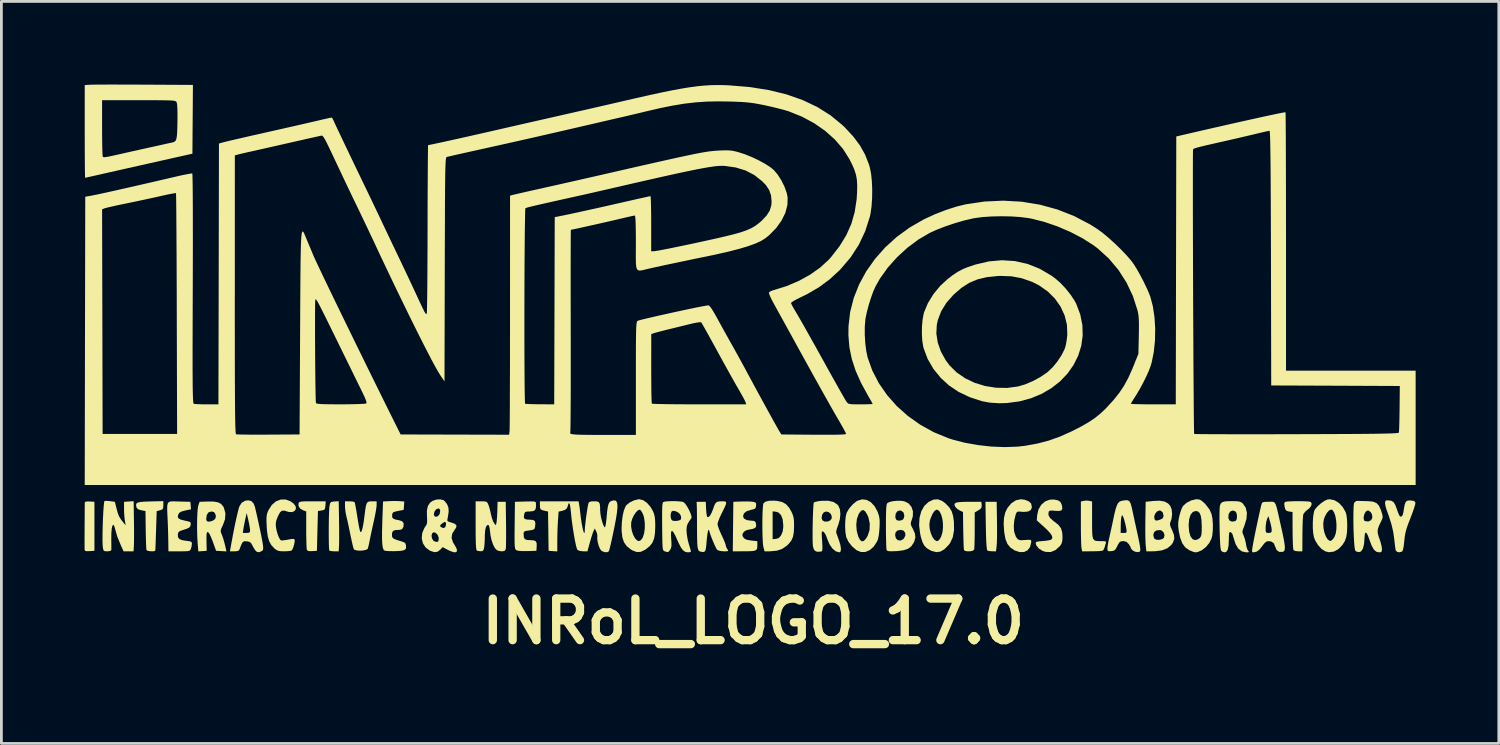
<source format=kicad_pcb>
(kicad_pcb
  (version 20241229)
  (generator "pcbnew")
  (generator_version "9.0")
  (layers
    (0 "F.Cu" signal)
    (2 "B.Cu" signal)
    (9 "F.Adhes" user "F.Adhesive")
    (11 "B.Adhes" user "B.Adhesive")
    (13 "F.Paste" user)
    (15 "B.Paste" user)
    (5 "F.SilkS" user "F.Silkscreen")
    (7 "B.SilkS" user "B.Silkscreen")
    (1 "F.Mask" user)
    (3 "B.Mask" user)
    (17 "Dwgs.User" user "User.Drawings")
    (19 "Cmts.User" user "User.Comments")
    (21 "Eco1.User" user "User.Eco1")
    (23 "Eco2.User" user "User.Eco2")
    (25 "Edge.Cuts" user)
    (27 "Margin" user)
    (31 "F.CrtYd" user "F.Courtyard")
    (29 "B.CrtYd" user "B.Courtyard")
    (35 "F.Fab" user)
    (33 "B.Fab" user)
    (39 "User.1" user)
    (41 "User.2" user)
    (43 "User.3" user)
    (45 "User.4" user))
  (footprint "INRoL_LOGO_17.0"
    (layer "F.Cu")
    (at 24.118 8.184)
    (property "Reference" "INRoL_LOGO_17.0" (at 0 11.176 0) (layer "F.SilkS") (effects (font (size 1.5 1.5) (thickness 0.3))))
    (attr board_only exclude_from_pos_files exclude_from_bom)
    (fp_poly (pts (xy 8.791 7.565) (xy 8.793 7.799) (xy 8.793 8.022) (xy 8.79 8.218) (xy 8.785 8.37) (xy 8.779 8.457) (xy 8.756 8.651) (xy 8.62 8.65) (xy 8.52 8.643) (xy 8.45 8.626) (xy 8.444 8.623) (xy 8.428 8.577) (xy 8.415 8.462) (xy 8.403 8.276) (xy 8.395 8.019) (xy 8.389 7.73) (xy 8.375 6.865) (xy 8.577 6.865) (xy 8.78 6.865)) (stroke (width 0) (type solid)) (fill yes) (layer "F.SilkS"))
    (fp_poly (pts (xy -23.937 6.854) (xy -23.762 6.865) (xy -23.762 7.749) (xy -23.762 8.632) (xy -23.937 8.644) (xy -24.045 8.646) (xy -24.098 8.632) (xy -24.116 8.595) (xy -24.116 8.588) (xy -24.117 8.533) (xy -24.118 8.416) (xy -24.118 8.249) (xy -24.117 8.044) (xy -24.116 7.812) (xy -24.116 7.73) (xy -24.114 7.494) (xy -24.113 7.282) (xy -24.112 7.104) (xy -24.111 6.973) (xy -24.111 6.901) (xy -24.111 6.891) (xy -24.086 6.861) (xy -24.005 6.852)) (stroke (width 0) (type solid)) (fill yes) (layer "F.SilkS"))
    (fp_poly (pts (xy -14.94 7.537) (xy -14.936 7.772) (xy -14.935 7.997) (xy -14.935 8.196) (xy -14.937 8.352) (xy -14.94 8.44) (xy -14.952 8.651) (xy -15.108 8.651) (xy -15.211 8.645) (xy -15.279 8.632) (xy -15.289 8.626) (xy -15.297 8.582) (xy -15.304 8.478) (xy -15.308 8.327) (xy -15.31 8.141) (xy -15.311 7.934) (xy -15.31 7.72) (xy -15.307 7.512) (xy -15.302 7.321) (xy -15.296 7.163) (xy -15.288 7.05) (xy -15.283 7.013) (xy -15.262 6.919) (xy -15.225 6.874) (xy -15.149 6.858) (xy -15.105 6.854) (xy -14.952 6.843)) (stroke (width 0) (type solid)) (fill yes) (layer "F.SilkS"))
    (fp_poly (pts (xy -15.431 7.003) (xy -15.443 7.103) (xy -15.472 7.151) (xy -15.536 7.173) (xy -15.571 7.178) (xy -15.7 7.197) (xy -15.719 7.914) (xy -15.737 8.632) (xy -15.907 8.643) (xy -16.021 8.644) (xy -16.081 8.623) (xy -16.1 8.594) (xy -16.108 8.539) (xy -16.114 8.424) (xy -16.119 8.261) (xy -16.123 8.064) (xy -16.123 7.873) (xy -16.123 7.211) (xy -16.235 7.172) (xy -16.346 7.106) (xy -16.402 7.012) (xy -16.399 6.919) (xy -16.385 6.89) (xy -16.355 6.869) (xy -16.298 6.857) (xy -16.201 6.85) (xy -16.051 6.847) (xy -15.898 6.847) (xy -15.42 6.847)) (stroke (width 0) (type solid)) (fill yes) (layer "F.SilkS"))
    (fp_poly (pts (xy 8.239 6.98) (xy 8.236 7.062) (xy 8.196 7.12) (xy 8.119 7.172) (xy 7.988 7.249) (xy 7.988 7.892) (xy 7.987 8.105) (xy 7.983 8.296) (xy 7.978 8.449) (xy 7.972 8.554) (xy 7.966 8.592) (xy 7.918 8.629) (xy 7.829 8.649) (xy 7.727 8.651) (xy 7.641 8.636) (xy 7.601 8.605) (xy 7.595 8.554) (xy 7.589 8.443) (xy 7.583 8.284) (xy 7.578 8.089) (xy 7.574 7.896) (xy 7.565 7.233) (xy 7.447 7.178) (xy 7.353 7.116) (xy 7.286 7.042) (xy 7.284 7.039) (xy 7.258 6.974) (xy 7.268 6.927) (xy 7.32 6.895) (xy 7.423 6.877) (xy 7.586 6.867) (xy 7.778 6.865) (xy 8.227 6.865)) (stroke (width 0) (type solid)) (fill yes) (layer "F.SilkS"))
    (fp_poly (pts (xy -21.277 6.99) (xy -21.283 7.088) (xy -21.311 7.138) (xy -21.38 7.166) (xy -21.397 7.17) (xy -21.516 7.201) (xy -21.539 7.898) (xy -21.547 8.118) (xy -21.553 8.312) (xy -21.559 8.469) (xy -21.564 8.577) (xy -21.567 8.623) (xy -21.567 8.623) (xy -21.603 8.645) (xy -21.682 8.651) (xy -21.775 8.645) (xy -21.853 8.628) (xy -21.885 8.605) (xy -21.891 8.555) (xy -21.897 8.444) (xy -21.903 8.284) (xy -21.908 8.088) (xy -21.912 7.879) (xy -21.921 7.199) (xy -22.074 7.169) (xy -22.179 7.138) (xy -22.233 7.09) (xy -22.251 7.044) (xy -22.261 6.975) (xy -22.246 6.925) (xy -22.196 6.892) (xy -22.101 6.871) (xy -21.951 6.859) (xy -21.739 6.852) (xy -21.277 6.841)) (stroke (width 0) (type solid)) (fill yes) (layer "F.SilkS"))
    (fp_poly (pts (xy 12.116 6.83) (xy 12.221 6.853) (xy 12.221 7.53) (xy 12.222 7.783) (xy 12.225 7.972) (xy 12.236 8.106) (xy 12.259 8.195) (xy 12.297 8.247) (xy 12.355 8.273) (xy 12.437 8.282) (xy 12.547 8.283) (xy 12.554 8.283) (xy 12.666 8.286) (xy 12.718 8.3) (xy 12.726 8.33) (xy 12.722 8.341) (xy 12.696 8.422) (xy 12.676 8.498) (xy 12.644 8.58) (xy 12.612 8.623) (xy 12.559 8.634) (xy 12.451 8.644) (xy 12.307 8.649) (xy 12.217 8.65) (xy 11.863 8.651) (xy 11.84 8.536) (xy 11.833 8.465) (xy 11.827 8.334) (xy 11.822 8.154) (xy 11.818 7.94) (xy 11.817 7.704) (xy 11.817 7.638) (xy 11.817 6.855) (xy 11.913 6.831) (xy 12.024 6.82)) (stroke (width 0) (type solid)) (fill yes) (layer "F.SilkS"))
    (fp_poly (pts (xy 19.792 6.844) (xy 19.937 6.849) (xy 20.048 6.857) (xy 20.106 6.87) (xy 20.107 6.87) (xy 20.142 6.928) (xy 20.124 7.009) (xy 20.061 7.095) (xy 19.999 7.144) (xy 19.908 7.221) (xy 19.847 7.302) (xy 19.837 7.326) (xy 19.829 7.392) (xy 19.821 7.518) (xy 19.814 7.689) (xy 19.81 7.889) (xy 19.808 8.034) (xy 19.805 8.651) (xy 19.66 8.651) (xy 19.559 8.64) (xy 19.493 8.613) (xy 19.485 8.605) (xy 19.475 8.554) (xy 19.466 8.443) (xy 19.46 8.284) (xy 19.455 8.089) (xy 19.453 7.896) (xy 19.451 7.233) (xy 19.325 7.215) (xy 19.24 7.193) (xy 19.194 7.145) (xy 19.167 7.056) (xy 19.152 6.935) (xy 19.174 6.874) (xy 19.222 6.861) (xy 19.327 6.851) (xy 19.468 6.845) (xy 19.629 6.843)) (stroke (width 0) (type solid)) (fill yes) (layer "F.SilkS"))
    (fp_poly (pts (xy 9.796 6.792) (xy 9.922 6.841) (xy 10.008 6.909) (xy 10.027 6.941) (xy 10.05 7.069) (xy 10.01 7.162) (xy 9.911 7.216) (xy 9.755 7.23) (xy 9.701 7.226) (xy 9.588 7.216) (xy 9.526 7.224) (xy 9.492 7.26) (xy 9.465 7.328) (xy 9.418 7.519) (xy 9.397 7.724) (xy 9.406 7.909) (xy 9.419 7.971) (xy 9.473 8.125) (xy 9.54 8.216) (xy 9.625 8.25) (xy 9.667 8.251) (xy 9.834 8.24) (xy 9.94 8.235) (xy 9.999 8.24) (xy 10.023 8.258) (xy 10.027 8.293) (xy 10.023 8.338) (xy 9.982 8.501) (xy 9.892 8.615) (xy 9.763 8.676) (xy 9.605 8.679) (xy 9.43 8.619) (xy 9.421 8.615) (xy 9.274 8.514) (xy 9.169 8.386) (xy 9.099 8.214) (xy 9.056 7.987) (xy 9.053 7.961) (xy 9.032 7.675) (xy 9.044 7.442) (xy 9.09 7.249) (xy 9.169 7.087) (xy 9.311 6.916) (xy 9.474 6.81) (xy 9.654 6.773) (xy 9.656 6.773)) (stroke (width 0) (type solid)) (fill yes) (layer "F.SilkS"))
    (fp_poly (pts (xy -0.12 6.855) (xy -0.016 6.864) (xy -0.007 6.865) (xy 0.075 6.888) (xy 0.105 6.931) (xy 0.103 7.005) (xy 0.089 7.078) (xy 0.051 7.119) (xy -0.032 7.145) (xy -0.074 7.153) (xy -0.239 7.205) (xy -0.337 7.284) (xy -0.368 7.387) (xy -0.335 7.469) (xy -0.238 7.523) (xy -0.085 7.546) (xy -0.054 7.546) (xy 0.037 7.557) (xy 0.082 7.598) (xy 0.095 7.638) (xy 0.107 7.74) (xy 0.072 7.804) (xy -0.02 7.843) (xy -0.109 7.859) (xy -0.242 7.888) (xy -0.324 7.936) (xy -0.355 7.973) (xy -0.393 8.045) (xy -0.383 8.103) (xy -0.356 8.149) (xy -0.306 8.202) (xy -0.228 8.236) (xy -0.1 8.258) (xy -0.076 8.261) (xy 0.147 8.286) (xy 0.147 8.446) (xy 0.144 8.526) (xy 0.126 8.581) (xy 0.082 8.617) (xy 0.001 8.638) (xy -0.128 8.647) (xy -0.316 8.65) (xy -0.378 8.65) (xy -0.738 8.651) (xy -0.728 7.758) (xy -0.718 6.865) (xy -0.423 6.854) (xy -0.265 6.852)) (stroke (width 0) (type solid)) (fill yes) (layer "F.SilkS"))
    (fp_poly (pts (xy 0.859 6.833) (xy 1.041 6.872) (xy 1.181 6.95) (xy 1.296 7.08) (xy 1.378 7.223) (xy 1.426 7.332) (xy 1.455 7.436) (xy 1.469 7.561) (xy 1.472 7.732) (xy 1.472 7.741) (xy 1.464 7.96) (xy 1.434 8.126) (xy 1.376 8.26) (xy 1.282 8.379) (xy 1.214 8.445) (xy 1.046 8.562) (xy 0.851 8.628) (xy 0.61 8.65) (xy 0.6 8.651) (xy 0.408 8.651) (xy 0.366 8.494) (xy 0.352 8.406) (xy 0.342 8.264) (xy 0.334 8.083) (xy 0.33 7.877) (xy 0.329 7.661) (xy 0.331 7.447) (xy 0.336 7.252) (xy 0.338 7.21) (xy 0.699 7.21) (xy 0.699 7.712) (xy 0.699 8.214) (xy 0.817 8.202) (xy 0.914 8.174) (xy 0.988 8.098) (xy 1.01 8.062) (xy 1.062 7.938) (xy 1.082 7.784) (xy 1.083 7.708) (xy 1.061 7.499) (xy 1.003 7.345) (xy 0.91 7.251) (xy 0.817 7.222) (xy 0.699 7.21) (xy 0.338 7.21) (xy 0.345 7.089) (xy 0.356 6.973) (xy 0.368 6.92) (xy 0.441 6.86) (xy 0.574 6.828) (xy 0.76 6.824)) (stroke (width 0) (type solid)) (fill yes) (layer "F.SilkS"))
    (fp_poly (pts (xy -12.821 6.838) (xy -12.744 6.842) (xy -12.586 6.855) (xy -12.597 7.005) (xy -12.608 7.156) (xy -12.81 7.195) (xy -12.927 7.221) (xy -12.99 7.249) (xy -13.017 7.293) (xy -13.025 7.34) (xy -13.023 7.421) (xy -12.985 7.473) (xy -12.897 7.507) (xy -12.79 7.526) (xy -12.667 7.565) (xy -12.609 7.638) (xy -12.614 7.748) (xy -12.628 7.79) (xy -12.67 7.853) (xy -12.747 7.876) (xy -12.788 7.878) (xy -12.921 7.886) (xy -12.996 7.92) (xy -13.027 7.987) (xy -13.031 8.048) (xy -13.027 8.117) (xy -13.005 8.166) (xy -12.951 8.204) (xy -12.853 8.243) (xy -12.7 8.289) (xy -12.597 8.325) (xy -12.546 8.366) (xy -12.526 8.432) (xy -12.523 8.457) (xy -12.525 8.546) (xy -12.565 8.594) (xy -12.608 8.614) (xy -12.691 8.631) (xy -12.823 8.641) (xy -12.976 8.646) (xy -13.127 8.644) (xy -13.248 8.635) (xy -13.294 8.626) (xy -13.332 8.595) (xy -13.36 8.519) (xy -13.379 8.394) (xy -13.388 8.214) (xy -13.389 7.974) (xy -13.382 7.669) (xy -13.378 7.542) (xy -13.352 6.853) (xy -13.127 6.841) (xy -12.973 6.836)) (stroke (width 0) (type solid)) (fill yes) (layer "F.SilkS"))
    (fp_poly (pts (xy 6.813 6.833) (xy 6.929 6.92) (xy 7.065 7.058) (xy 7.155 7.203) (xy 7.209 7.377) (xy 7.238 7.589) (xy 7.242 7.892) (xy 7.197 8.144) (xy 7.102 8.349) (xy 7.044 8.426) (xy 6.893 8.577) (xy 6.749 8.661) (xy 6.602 8.68) (xy 6.439 8.638) (xy 6.368 8.605) (xy 6.253 8.533) (xy 6.167 8.441) (xy 6.102 8.315) (xy 6.048 8.139) (xy 6.019 8.007) (xy 5.983 7.713) (xy 5.984 7.689) (xy 6.352 7.689) (xy 6.365 7.843) (xy 6.404 7.997) (xy 6.462 8.132) (xy 6.533 8.233) (xy 6.61 8.281) (xy 6.628 8.283) (xy 6.688 8.259) (xy 6.746 8.18) (xy 6.78 8.111) (xy 6.825 7.964) (xy 6.844 7.796) (xy 6.84 7.622) (xy 6.816 7.457) (xy 6.774 7.314) (xy 6.717 7.208) (xy 6.647 7.153) (xy 6.608 7.15) (xy 6.539 7.193) (xy 6.467 7.299) (xy 6.4 7.455) (xy 6.369 7.552) (xy 6.352 7.689) (xy 5.984 7.689) (xy 5.997 7.444) (xy 6.06 7.208) (xy 6.169 7.014) (xy 6.32 6.873) (xy 6.328 6.868) (xy 6.5 6.786) (xy 6.658 6.775)) (stroke (width 0) (type solid)) (fill yes) (layer "F.SilkS"))
    (fp_poly (pts (xy 10.991 6.813) (xy 11.079 6.871) (xy 11.128 6.97) (xy 11.139 7.02) (xy 11.147 7.117) (xy 11.117 7.173) (xy 11.039 7.195) (xy 10.903 7.191) (xy 10.873 7.188) (xy 10.753 7.18) (xy 10.688 7.19) (xy 10.657 7.222) (xy 10.654 7.228) (xy 10.645 7.338) (xy 10.704 7.448) (xy 10.833 7.562) (xy 10.861 7.582) (xy 11.01 7.699) (xy 11.1 7.821) (xy 11.144 7.968) (xy 11.154 8.131) (xy 11.148 8.269) (xy 11.124 8.363) (xy 11.075 8.444) (xy 11.057 8.465) (xy 10.901 8.606) (xy 10.732 8.676) (xy 10.551 8.673) (xy 10.436 8.636) (xy 10.299 8.549) (xy 10.212 8.438) (xy 10.191 8.375) (xy 10.191 8.335) (xy 10.219 8.311) (xy 10.289 8.295) (xy 10.417 8.282) (xy 10.437 8.281) (xy 10.572 8.267) (xy 10.681 8.25) (xy 10.74 8.233) (xy 10.74 8.233) (xy 10.787 8.178) (xy 10.778 8.1) (xy 10.711 7.996) (xy 10.584 7.861) (xy 10.506 7.788) (xy 10.226 7.534) (xy 10.242 7.341) (xy 10.289 7.139) (xy 10.387 6.973) (xy 10.526 6.853) (xy 10.695 6.788) (xy 10.847 6.783)) (stroke (width 0) (type solid)) (fill yes) (layer "F.SilkS"))
    (fp_poly (pts (xy -16.692 6.846) (xy -16.574 6.932) (xy -16.503 7.03) (xy -16.495 7.122) (xy -16.541 7.195) (xy -16.63 7.236) (xy -16.752 7.231) (xy -16.789 7.22) (xy -16.915 7.183) (xy -17.001 7.188) (xy -17.066 7.243) (xy -17.129 7.357) (xy -17.142 7.385) (xy -17.2 7.53) (xy -17.222 7.649) (xy -17.217 7.764) (xy -17.19 7.907) (xy -17.149 8.047) (xy -17.101 8.165) (xy -17.052 8.241) (xy -17.032 8.256) (xy -16.974 8.257) (xy -16.871 8.245) (xy -16.773 8.228) (xy -16.647 8.206) (xy -16.576 8.204) (xy -16.544 8.224) (xy -16.541 8.23) (xy -16.539 8.298) (xy -16.558 8.401) (xy -16.591 8.51) (xy -16.629 8.594) (xy -16.652 8.623) (xy -16.709 8.637) (xy -16.815 8.647) (xy -16.923 8.65) (xy -17.058 8.646) (xy -17.149 8.627) (xy -17.225 8.584) (xy -17.278 8.54) (xy -17.383 8.426) (xy -17.459 8.288) (xy -17.51 8.113) (xy -17.54 7.887) (xy -17.55 7.73) (xy -17.557 7.549) (xy -17.555 7.421) (xy -17.543 7.326) (xy -17.518 7.243) (xy -17.484 7.165) (xy -17.364 6.978) (xy -17.215 6.85) (xy -17.046 6.784) (xy -16.868 6.781)) (stroke (width 0) (type solid)) (fill yes) (layer "F.SilkS"))
    (fp_poly (pts (xy 23.007 6.825) (xy 23.096 6.877) (xy 23.159 6.982) (xy 23.175 7.026) (xy 23.235 7.191) (xy 23.276 7.299) (xy 23.305 7.361) (xy 23.328 7.391) (xy 23.351 7.399) (xy 23.357 7.399) (xy 23.396 7.386) (xy 23.425 7.338) (xy 23.449 7.242) (xy 23.469 7.119) (xy 23.497 6.965) (xy 23.532 6.873) (xy 23.585 6.827) (xy 23.668 6.815) (xy 23.718 6.817) (xy 23.822 6.833) (xy 23.871 6.866) (xy 23.883 6.902) (xy 23.874 6.962) (xy 23.841 7.076) (xy 23.789 7.227) (xy 23.723 7.402) (xy 23.703 7.455) (xy 23.619 7.67) (xy 23.561 7.841) (xy 23.522 7.988) (xy 23.497 8.134) (xy 23.482 8.28) (xy 23.462 8.457) (xy 23.437 8.584) (xy 23.41 8.651) (xy 23.404 8.656) (xy 23.314 8.686) (xy 23.228 8.673) (xy 23.176 8.623) (xy 23.175 8.621) (xy 23.162 8.556) (xy 23.146 8.438) (xy 23.128 8.288) (xy 23.12 8.207) (xy 23.083 7.95) (xy 23.02 7.681) (xy 22.926 7.38) (xy 22.846 7.16) (xy 22.809 7.041) (xy 22.789 6.931) (xy 22.788 6.911) (xy 22.799 6.836) (xy 22.847 6.811) (xy 22.869 6.811)) (stroke (width 0) (type solid)) (fill yes) (layer "F.SilkS"))
    (fp_poly (pts (xy -7.939 6.852) (xy -7.877 6.86) (xy -7.847 6.879) (xy -7.838 6.91) (xy -7.837 6.928) (xy -7.838 7.072) (xy -7.867 7.159) (xy -7.938 7.201) (xy -8.061 7.214) (xy -8.086 7.215) (xy -8.185 7.22) (xy -8.235 7.246) (xy -8.26 7.307) (xy -8.264 7.325) (xy -8.275 7.424) (xy -8.246 7.48) (xy -8.165 7.505) (xy -8.064 7.51) (xy -7.943 7.519) (xy -7.878 7.559) (xy -7.858 7.641) (xy -7.868 7.758) (xy -7.884 7.825) (xy -7.917 7.863) (xy -7.988 7.884) (xy -8.084 7.898) (xy -8.198 7.915) (xy -8.258 7.937) (xy -8.28 7.976) (xy -8.283 8.026) (xy -8.273 8.149) (xy -8.233 8.216) (xy -8.147 8.243) (xy -8.067 8.246) (xy -7.928 8.254) (xy -7.847 8.285) (xy -7.813 8.349) (xy -7.81 8.461) (xy -7.811 8.47) (xy -7.822 8.632) (xy -8.154 8.643) (xy -8.353 8.643) (xy -8.485 8.63) (xy -8.551 8.606) (xy -8.571 8.585) (xy -8.587 8.552) (xy -8.598 8.495) (xy -8.605 8.408) (xy -8.608 8.279) (xy -8.609 8.1) (xy -8.607 7.862) (xy -8.605 7.712) (xy -8.596 6.865) (xy -8.218 6.855) (xy -8.049 6.851)) (stroke (width 0) (type solid)) (fill yes) (layer "F.SilkS"))
    (fp_poly (pts (xy 4.089 6.796) (xy 4.241 6.879) (xy 4.375 7.021) (xy 4.482 7.217) (xy 4.493 7.246) (xy 4.532 7.36) (xy 4.553 7.467) (xy 4.561 7.591) (xy 4.556 7.759) (xy 4.554 7.808) (xy 4.534 8.037) (xy 4.501 8.207) (xy 4.472 8.286) (xy 4.349 8.476) (xy 4.204 8.606) (xy 4.046 8.674) (xy 3.883 8.676) (xy 3.723 8.609) (xy 3.718 8.605) (xy 3.563 8.471) (xy 3.436 8.31) (xy 3.357 8.145) (xy 3.348 8.112) (xy 3.324 7.953) (xy 3.314 7.765) (xy 3.316 7.691) (xy 3.716 7.691) (xy 3.732 7.91) (xy 3.786 8.113) (xy 3.847 8.233) (xy 3.913 8.291) (xy 3.988 8.277) (xy 4.068 8.191) (xy 4.127 8.091) (xy 4.195 7.882) (xy 4.203 7.651) (xy 4.152 7.422) (xy 4.119 7.344) (xy 4.044 7.217) (xy 3.972 7.163) (xy 3.901 7.181) (xy 3.824 7.271) (xy 3.803 7.307) (xy 3.739 7.482) (xy 3.716 7.691) (xy 3.316 7.691) (xy 3.319 7.571) (xy 3.336 7.398) (xy 3.366 7.27) (xy 3.37 7.26) (xy 3.459 7.108) (xy 3.586 6.96) (xy 3.726 6.846) (xy 3.762 6.825) (xy 3.926 6.776)) (stroke (width 0) (type solid)) (fill yes) (layer "F.SilkS"))
    (fp_poly (pts (xy -20.765 6.853) (xy -20.698 6.855) (xy -20.302 6.865) (xy -20.29 7) (xy -20.279 7.135) (xy -20.486 7.178) (xy -20.618 7.214) (xy -20.695 7.257) (xy -20.732 7.308) (xy -20.757 7.397) (xy -20.733 7.46) (xy -20.651 7.506) (xy -20.505 7.543) (xy -20.382 7.57) (xy -20.315 7.594) (xy -20.29 7.628) (xy -20.29 7.679) (xy -20.29 7.683) (xy -20.306 7.749) (xy -20.347 7.796) (xy -20.427 7.836) (xy -20.562 7.88) (xy -20.578 7.885) (xy -20.681 7.921) (xy -20.732 7.962) (xy -20.752 8.028) (xy -20.754 8.046) (xy -20.748 8.143) (xy -20.698 8.208) (xy -20.596 8.249) (xy -20.451 8.272) (xy -20.334 8.287) (xy -20.272 8.308) (xy -20.249 8.344) (xy -20.246 8.377) (xy -20.26 8.479) (xy -20.282 8.556) (xy -20.301 8.598) (xy -20.328 8.626) (xy -20.378 8.641) (xy -20.466 8.648) (xy -20.605 8.651) (xy -20.706 8.651) (xy -21.093 8.651) (xy -21.098 8.292) (xy -21.102 8.08) (xy -21.109 7.84) (xy -21.117 7.614) (xy -21.119 7.565) (xy -21.131 7.316) (xy -21.138 7.132) (xy -21.135 7.003) (xy -21.115 6.919) (xy -21.074 6.872) (xy -21.005 6.851) (xy -20.904 6.848)) (stroke (width 0) (type solid)) (fill yes) (layer "F.SilkS"))
    (fp_poly (pts (xy -3.97 6.808) (xy -3.832 6.903) (xy -3.706 7.048) (xy -3.62 7.196) (xy -3.578 7.301) (xy -3.552 7.407) (xy -3.539 7.537) (xy -3.534 7.715) (xy -3.534 7.741) (xy -3.544 7.994) (xy -3.576 8.189) (xy -3.639 8.343) (xy -3.738 8.468) (xy -3.879 8.58) (xy -3.911 8.6) (xy -4.059 8.67) (xy -4.198 8.678) (xy -4.348 8.623) (xy -4.426 8.576) (xy -4.567 8.46) (xy -4.664 8.321) (xy -4.722 8.145) (xy -4.747 7.92) (xy -4.749 7.812) (xy -4.746 7.759) (xy -4.405 7.759) (xy -4.378 7.916) (xy -4.328 8.064) (xy -4.26 8.186) (xy -4.184 8.263) (xy -4.124 8.283) (xy -4.052 8.248) (xy -3.989 8.163) (xy -3.937 8.008) (xy -3.911 7.813) (xy -3.913 7.606) (xy -3.942 7.416) (xy -3.964 7.344) (xy -4.015 7.234) (xy -4.069 7.163) (xy -4.094 7.149) (xy -4.158 7.17) (xy -4.232 7.244) (xy -4.305 7.353) (xy -4.365 7.478) (xy -4.401 7.603) (xy -4.402 7.608) (xy -4.405 7.759) (xy -4.746 7.759) (xy -4.738 7.582) (xy -4.709 7.365) (xy -4.665 7.177) (xy -4.609 7.037) (xy -4.572 6.982) (xy -4.453 6.888) (xy -4.298 6.813) (xy -4.143 6.775) (xy -4.107 6.773)) (stroke (width 0) (type solid)) (fill yes) (layer "F.SilkS"))
    (fp_poly (pts (xy -23.238 6.837) (xy -23.191 6.843) (xy -23.026 6.865) (xy -22.962 7.118) (xy -22.917 7.282) (xy -22.867 7.404) (xy -22.797 7.514) (xy -22.712 7.62) (xy -22.635 7.712) (xy -22.664 7.546) (xy -22.68 7.42) (xy -22.691 7.259) (xy -22.694 7.123) (xy -22.694 6.865) (xy -22.521 6.854) (xy -22.348 6.843) (xy -22.337 7.542) (xy -22.334 7.777) (xy -22.333 8.002) (xy -22.334 8.201) (xy -22.336 8.356) (xy -22.339 8.445) (xy -22.351 8.651) (xy -22.531 8.651) (xy -22.711 8.651) (xy -22.807 8.44) (xy -22.942 8.107) (xy -23.025 7.815) (xy -23.025 7.813) (xy -23.05 7.732) (xy -23.077 7.694) (xy -23.08 7.694) (xy -23.115 7.73) (xy -23.139 7.836) (xy -23.152 8.009) (xy -23.154 8.224) (xy -23.152 8.377) (xy -23.152 8.505) (xy -23.152 8.588) (xy -23.152 8.605) (xy -23.188 8.637) (xy -23.283 8.651) (xy -23.297 8.651) (xy -23.387 8.646) (xy -23.432 8.62) (xy -23.452 8.55) (xy -23.46 8.498) (xy -23.467 8.397) (xy -23.471 8.247) (xy -23.47 8.062) (xy -23.467 7.855) (xy -23.461 7.638) (xy -23.452 7.424) (xy -23.442 7.225) (xy -23.43 7.055) (xy -23.418 6.925) (xy -23.405 6.85) (xy -23.397 6.835) (xy -23.339 6.831)) (stroke (width 0) (type solid)) (fill yes) (layer "F.SilkS"))
    (fp_poly (pts (xy -14.458 6.854) (xy -14.389 6.872) (xy -14.377 6.881) (xy -14.364 6.928) (xy -14.343 7.034) (xy -14.316 7.183) (xy -14.287 7.361) (xy -14.281 7.402) (xy -14.251 7.587) (xy -14.222 7.749) (xy -14.196 7.872) (xy -14.177 7.94) (xy -14.175 7.946) (xy -14.146 7.958) (xy -14.116 7.899) (xy -14.083 7.775) (xy -14.05 7.588) (xy -14.02 7.362) (xy -13.995 7.159) (xy -13.971 7.018) (xy -13.943 6.927) (xy -13.905 6.876) (xy -13.851 6.853) (xy -13.774 6.847) (xy -13.75 6.847) (xy -13.583 6.847) (xy -13.584 6.985) (xy -13.592 7.074) (xy -13.615 7.216) (xy -13.648 7.39) (xy -13.688 7.578) (xy -13.69 7.583) (xy -13.735 7.785) (xy -13.779 7.988) (xy -13.816 8.165) (xy -13.839 8.285) (xy -13.866 8.414) (xy -13.891 8.515) (xy -13.908 8.565) (xy -13.963 8.596) (xy -14.064 8.619) (xy -14.183 8.628) (xy -14.283 8.622) (xy -14.364 8.602) (xy -14.402 8.582) (xy -14.419 8.537) (xy -14.447 8.435) (xy -14.48 8.29) (xy -14.517 8.115) (xy -14.524 8.082) (xy -14.565 7.882) (xy -14.606 7.687) (xy -14.643 7.52) (xy -14.671 7.404) (xy -14.703 7.251) (xy -14.722 7.092) (xy -14.725 7.023) (xy -14.725 6.847) (xy -14.561 6.847)) (stroke (width 0) (type solid)) (fill yes) (layer "F.SilkS"))
    (fp_poly (pts (xy 20.962 6.808) (xy 21.122 6.905) (xy 21.26 7.051) (xy 21.364 7.234) (xy 21.382 7.285) (xy 21.402 7.38) (xy 21.417 7.523) (xy 21.424 7.685) (xy 21.424 7.73) (xy 21.416 7.959) (xy 21.389 8.136) (xy 21.338 8.281) (xy 21.256 8.414) (xy 21.249 8.424) (xy 21.104 8.573) (xy 20.94 8.661) (xy 20.769 8.684) (xy 20.633 8.653) (xy 20.497 8.565) (xy 20.37 8.426) (xy 20.268 8.259) (xy 20.224 8.144) (xy 20.196 7.994) (xy 20.182 7.803) (xy 20.183 7.65) (xy 20.559 7.65) (xy 20.567 7.81) (xy 20.598 7.968) (xy 20.649 8.107) (xy 20.712 8.213) (xy 20.785 8.27) (xy 20.831 8.275) (xy 20.884 8.238) (xy 20.946 8.161) (xy 20.961 8.137) (xy 21.007 8.017) (xy 21.032 7.865) (xy 21.036 7.697) (xy 21.023 7.527) (xy 20.994 7.372) (xy 20.95 7.246) (xy 20.894 7.165) (xy 20.839 7.143) (xy 20.766 7.179) (xy 20.688 7.267) (xy 20.62 7.391) (xy 20.58 7.503) (xy 20.559 7.65) (xy 20.183 7.65) (xy 20.183 7.596) (xy 20.196 7.398) (xy 20.223 7.235) (xy 20.242 7.171) (xy 20.289 7.101) (xy 20.375 7.008) (xy 20.469 6.926) (xy 20.599 6.833) (xy 20.704 6.785) (xy 20.794 6.773)) (stroke (width 0) (type solid)) (fill yes) (layer "F.SilkS"))
    (fp_poly (pts (xy -19.457 6.857) (xy -19.304 6.884) (xy -19.195 6.941) (xy -19.117 7.033) (xy -19.092 7.081) (xy -19.037 7.281) (xy -19.053 7.498) (xy -19.13 7.709) (xy -19.184 7.822) (xy -19.207 7.897) (xy -19.203 7.959) (xy -19.174 8.035) (xy -19.167 8.05) (xy -19.125 8.165) (xy -19.081 8.313) (xy -19.053 8.422) (xy -19 8.654) (xy -19.187 8.643) (xy -19.374 8.632) (xy -19.493 8.301) (xy -19.558 8.136) (xy -19.615 8.019) (xy -19.66 7.962) (xy -19.669 7.958) (xy -19.696 7.962) (xy -19.713 7.996) (xy -19.72 8.072) (xy -19.721 8.204) (xy -19.72 8.29) (xy -19.713 8.632) (xy -19.864 8.643) (xy -20.014 8.654) (xy -20.038 8.371) (xy -20.051 8.168) (xy -20.058 7.943) (xy -20.06 7.71) (xy -20.057 7.494) (xy -19.731 7.494) (xy -19.707 7.564) (xy -19.634 7.584) (xy -19.51 7.553) (xy -19.499 7.549) (xy -19.407 7.485) (xy -19.381 7.389) (xy -19.4 7.307) (xy -19.447 7.237) (xy -19.532 7.215) (xy -19.547 7.215) (xy -19.648 7.246) (xy -19.71 7.339) (xy -19.731 7.49) (xy -19.731 7.494) (xy -20.057 7.494) (xy -20.057 7.484) (xy -20.049 7.283) (xy -20.036 7.12) (xy -20.019 7.011) (xy -20.014 6.994) (xy -19.97 6.865) (xy -19.668 6.855)) (stroke (width 0) (type solid)) (fill yes) (layer "F.SilkS"))
    (fp_poly (pts (xy 16.085 6.782) (xy 16.16 6.817) (xy 16.247 6.89) (xy 16.308 6.95) (xy 16.457 7.142) (xy 16.531 7.309) (xy 16.563 7.476) (xy 16.578 7.679) (xy 16.576 7.888) (xy 16.557 8.075) (xy 16.531 8.185) (xy 16.448 8.351) (xy 16.325 8.499) (xy 16.179 8.612) (xy 16.027 8.678) (xy 15.948 8.688) (xy 15.877 8.672) (xy 15.773 8.631) (xy 15.717 8.605) (xy 15.58 8.507) (xy 15.476 8.364) (xy 15.4 8.167) (xy 15.348 7.921) (xy 15.328 7.752) (xy 15.328 7.733) (xy 15.705 7.733) (xy 15.723 7.945) (xy 15.769 8.106) (xy 15.84 8.208) (xy 15.933 8.246) (xy 15.938 8.246) (xy 16.039 8.219) (xy 16.109 8.168) (xy 16.143 8.118) (xy 16.164 8.05) (xy 16.174 7.945) (xy 16.177 7.788) (xy 16.177 7.754) (xy 16.167 7.528) (xy 16.141 7.366) (xy 16.096 7.262) (xy 16.027 7.208) (xy 15.957 7.197) (xy 15.855 7.231) (xy 15.776 7.328) (xy 15.725 7.482) (xy 15.705 7.683) (xy 15.705 7.733) (xy 15.328 7.733) (xy 15.329 7.611) (xy 15.351 7.458) (xy 15.368 7.381) (xy 15.408 7.234) (xy 15.455 7.103) (xy 15.501 7.017) (xy 15.503 7.014) (xy 15.629 6.901) (xy 15.794 6.816) (xy 15.964 6.775) (xy 16 6.773)) (stroke (width 0) (type solid)) (fill yes) (layer "F.SilkS"))
    (fp_poly (pts (xy -18.099 6.84) (xy -18.017 6.932) (xy -17.97 7.06) (xy -17.916 7.296) (xy -17.86 7.543) (xy -17.808 7.786) (xy -17.76 8.012) (xy -17.722 8.205) (xy -17.695 8.351) (xy -17.685 8.417) (xy -17.674 8.532) (xy -17.683 8.597) (xy -17.715 8.635) (xy -17.737 8.647) (xy -17.821 8.683) (xy -17.886 8.675) (xy -17.924 8.653) (xy -17.971 8.602) (xy -18.028 8.51) (xy -18.053 8.461) (xy -18.108 8.361) (xy -18.162 8.312) (xy -18.241 8.292) (xy -18.267 8.29) (xy -18.362 8.289) (xy -18.415 8.32) (xy -18.458 8.4) (xy -18.5 8.501) (xy -18.529 8.582) (xy -18.531 8.586) (xy -18.565 8.629) (xy -18.645 8.648) (xy -18.713 8.651) (xy -18.875 8.651) (xy -18.81 8.292) (xy -18.761 8.03) (xy -18.753 7.988) (xy -18.41 7.988) (xy -18.279 7.988) (xy -18.191 7.982) (xy -18.155 7.952) (xy -18.148 7.894) (xy -18.156 7.812) (xy -18.178 7.685) (xy -18.208 7.541) (xy -18.209 7.535) (xy -18.27 7.27) (xy -18.317 7.473) (xy -18.348 7.621) (xy -18.377 7.77) (xy -18.387 7.832) (xy -18.41 7.988) (xy -18.753 7.988) (xy -18.71 7.77) (xy -18.658 7.527) (xy -18.61 7.314) (xy -18.568 7.145) (xy -18.536 7.035) (xy -18.534 7.031) (xy -18.453 6.901) (xy -18.327 6.827) (xy -18.215 6.811)) (stroke (width 0) (type solid)) (fill yes) (layer "F.SilkS"))
    (fp_poly (pts (xy -9.69 6.85) (xy -9.623 6.865) (xy -9.584 6.904) (xy -9.554 6.967) (xy -9.52 7.068) (xy -9.483 7.208) (xy -9.459 7.319) (xy -9.425 7.455) (xy -9.382 7.571) (xy -9.348 7.632) (xy -9.283 7.712) (xy -9.261 7.62) (xy -9.251 7.542) (xy -9.241 7.414) (xy -9.233 7.258) (xy -9.231 7.197) (xy -9.221 6.865) (xy -9.074 6.865) (xy -8.927 6.865) (xy -8.916 7.675) (xy -8.914 7.917) (xy -8.914 8.137) (xy -8.916 8.325) (xy -8.919 8.467) (xy -8.924 8.553) (xy -8.926 8.568) (xy -8.961 8.63) (xy -9.039 8.65) (xy -9.059 8.651) (xy -9.164 8.639) (xy -9.241 8.613) (xy -9.313 8.541) (xy -9.382 8.413) (xy -9.439 8.248) (xy -9.478 8.065) (xy -9.488 7.978) (xy -9.503 7.849) (xy -9.523 7.751) (xy -9.545 7.705) (xy -9.598 7.705) (xy -9.64 7.77) (xy -9.669 7.892) (xy -9.682 8.063) (xy -9.682 8.096) (xy -9.685 8.255) (xy -9.693 8.404) (xy -9.705 8.512) (xy -9.705 8.513) (xy -9.727 8.604) (xy -9.765 8.642) (xy -9.824 8.648) (xy -9.915 8.639) (xy -9.967 8.626) (xy -9.982 8.602) (xy -9.994 8.538) (xy -10.003 8.429) (xy -10.008 8.267) (xy -10.012 8.045) (xy -10.013 7.757) (xy -10.013 7.727) (xy -10.013 6.847) (xy -9.808 6.847)) (stroke (width 0) (type solid)) (fill yes) (layer "F.SilkS"))
    (fp_poly (pts (xy 14.836 6.856) (xy 14.965 6.927) (xy 15.044 7.017) (xy 15.093 7.146) (xy 15.108 7.309) (xy 15.088 7.476) (xy 15.057 7.568) (xy 15.033 7.637) (xy 15.032 7.7) (xy 15.059 7.782) (xy 15.109 7.888) (xy 15.175 8.06) (xy 15.186 8.203) (xy 15.139 8.334) (xy 15.084 8.414) (xy 14.94 8.539) (xy 14.739 8.617) (xy 14.486 8.649) (xy 14.442 8.65) (xy 14.178 8.651) (xy 14.155 8.421) (xy 14.148 8.307) (xy 14.143 8.137) (xy 14.142 8.056) (xy 14.43 8.056) (xy 14.446 8.148) (xy 14.476 8.203) (xy 14.551 8.235) (xy 14.656 8.236) (xy 14.756 8.208) (xy 14.812 8.165) (xy 14.834 8.069) (xy 14.804 7.972) (xy 14.733 7.902) (xy 14.68 7.885) (xy 14.55 7.895) (xy 14.463 7.953) (xy 14.43 8.052) (xy 14.43 8.056) (xy 14.142 8.056) (xy 14.14 7.928) (xy 14.141 7.699) (xy 14.143 7.528) (xy 14.145 7.39) (xy 14.462 7.39) (xy 14.471 7.485) (xy 14.479 7.5) (xy 14.511 7.536) (xy 14.557 7.542) (xy 14.642 7.52) (xy 14.682 7.506) (xy 14.766 7.462) (xy 14.797 7.397) (xy 14.798 7.366) (xy 14.773 7.254) (xy 14.704 7.189) (xy 14.649 7.178) (xy 14.566 7.211) (xy 14.499 7.29) (xy 14.462 7.39) (xy 14.145 7.39) (xy 14.154 6.865) (xy 14.435 6.835) (xy 14.663 6.826)) (stroke (width 0) (type solid)) (fill yes) (layer "F.SilkS"))
    (fp_poly (pts (xy 18.773 6.873) (xy 18.81 6.901) (xy 18.842 6.956) (xy 18.873 7.046) (xy 18.907 7.179) (xy 18.95 7.364) (xy 19.004 7.608) (xy 19.028 7.716) (xy 19.091 8) (xy 19.136 8.221) (xy 19.164 8.388) (xy 19.175 8.507) (xy 19.17 8.587) (xy 19.149 8.637) (xy 19.113 8.664) (xy 19.09 8.672) (xy 18.969 8.67) (xy 18.878 8.606) (xy 18.827 8.485) (xy 18.826 8.484) (xy 18.777 8.362) (xy 18.682 8.297) (xy 18.576 8.283) (xy 18.501 8.304) (xy 18.424 8.374) (xy 18.369 8.448) (xy 18.259 8.586) (xy 18.158 8.663) (xy 18.051 8.687) (xy 18.045 8.688) (xy 18.01 8.683) (xy 17.993 8.66) (xy 17.993 8.604) (xy 18.008 8.498) (xy 18.022 8.415) (xy 18.047 8.278) (xy 18.083 8.095) (xy 18.126 7.884) (xy 18.145 7.795) (xy 18.481 7.795) (xy 18.482 7.907) (xy 18.495 7.965) (xy 18.53 7.985) (xy 18.59 7.988) (xy 18.668 7.979) (xy 18.697 7.936) (xy 18.7 7.884) (xy 18.69 7.79) (xy 18.662 7.662) (xy 18.64 7.581) (xy 18.579 7.381) (xy 18.531 7.491) (xy 18.502 7.594) (xy 18.484 7.729) (xy 18.481 7.795) (xy 18.145 7.795) (xy 18.173 7.661) (xy 18.22 7.443) (xy 18.263 7.246) (xy 18.299 7.086) (xy 18.324 6.981) (xy 18.326 6.976) (xy 18.346 6.916) (xy 18.377 6.883) (xy 18.439 6.869) (xy 18.55 6.865) (xy 18.589 6.865) (xy 18.667 6.863) (xy 18.727 6.863)) (stroke (width 0) (type solid)) (fill yes) (layer "F.SilkS"))
    (fp_poly (pts (xy 21.908 6.835) (xy 22.042 6.839) (xy 22.171 6.842) (xy 22.348 6.858) (xy 22.473 6.906) (xy 22.563 6.998) (xy 22.633 7.146) (xy 22.658 7.221) (xy 22.693 7.337) (xy 22.703 7.415) (xy 22.686 7.485) (xy 22.642 7.578) (xy 22.639 7.584) (xy 22.563 7.743) (xy 22.525 7.864) (xy 22.521 7.975) (xy 22.55 8.098) (xy 22.586 8.198) (xy 22.632 8.341) (xy 22.665 8.475) (xy 22.676 8.563) (xy 22.669 8.648) (xy 22.636 8.682) (xy 22.568 8.688) (xy 22.47 8.663) (xy 22.384 8.587) (xy 22.306 8.45) (xy 22.229 8.247) (xy 22.228 8.243) (xy 22.17 8.083) (xy 22.122 7.993) (xy 22.084 7.973) (xy 22.059 8.024) (xy 22.048 8.146) (xy 22.047 8.164) (xy 22.031 8.387) (xy 21.991 8.55) (xy 21.928 8.649) (xy 21.862 8.68) (xy 21.764 8.664) (xy 21.716 8.629) (xy 21.699 8.573) (xy 21.684 8.457) (xy 21.671 8.294) (xy 21.66 8.097) (xy 21.652 7.88) (xy 21.647 7.655) (xy 21.646 7.479) (xy 22.015 7.479) (xy 22.04 7.546) (xy 22.059 7.559) (xy 22.183 7.577) (xy 22.285 7.527) (xy 22.289 7.523) (xy 22.329 7.439) (xy 22.322 7.339) (xy 22.278 7.246) (xy 22.206 7.187) (xy 22.162 7.178) (xy 22.101 7.209) (xy 22.052 7.286) (xy 22.021 7.384) (xy 22.015 7.479) (xy 21.646 7.479) (xy 21.646 7.437) (xy 21.648 7.238) (xy 21.653 7.072) (xy 21.663 6.952) (xy 21.677 6.894) (xy 21.746 6.838) (xy 21.817 6.831)) (stroke (width 0) (type solid)) (fill yes) (layer "F.SilkS"))
    (fp_poly (pts (xy 13.51 6.811) (xy 13.57 6.849) (xy 13.613 6.93) (xy 13.651 7.066) (xy 13.68 7.197) (xy 13.722 7.396) (xy 13.773 7.631) (xy 13.825 7.866) (xy 13.852 7.988) (xy 13.891 8.169) (xy 13.925 8.336) (xy 13.948 8.469) (xy 13.958 8.54) (xy 13.96 8.628) (xy 13.933 8.667) (xy 13.878 8.68) (xy 13.777 8.666) (xy 13.703 8.631) (xy 13.642 8.576) (xy 13.62 8.535) (xy 13.601 8.481) (xy 13.552 8.401) (xy 13.544 8.39) (xy 13.466 8.31) (xy 13.366 8.283) (xy 13.342 8.283) (xy 13.265 8.29) (xy 13.212 8.322) (xy 13.163 8.396) (xy 13.133 8.457) (xy 13.078 8.562) (xy 13.027 8.616) (xy 12.958 8.639) (xy 12.912 8.644) (xy 12.821 8.647) (xy 12.783 8.625) (xy 12.774 8.566) (xy 12.774 8.552) (xy 12.783 8.46) (xy 12.805 8.33) (xy 12.828 8.22) (xy 12.858 8.09) (xy 12.88 7.988) (xy 13.252 7.988) (xy 13.366 7.988) (xy 13.436 7.985) (xy 13.465 7.96) (xy 13.465 7.895) (xy 13.455 7.832) (xy 13.428 7.698) (xy 13.389 7.547) (xy 13.373 7.492) (xy 13.337 7.39) (xy 13.312 7.351) (xy 13.292 7.367) (xy 13.286 7.381) (xy 13.271 7.454) (xy 13.26 7.574) (xy 13.255 7.717) (xy 13.255 7.721) (xy 13.252 7.988) (xy 12.88 7.988) (xy 12.897 7.913) (xy 12.94 7.714) (xy 12.974 7.551) (xy 13.026 7.307) (xy 13.071 7.126) (xy 13.114 6.999) (xy 13.157 6.914) (xy 13.207 6.863) (xy 13.267 6.835) (xy 13.3 6.828) (xy 13.424 6.808)) (stroke (width 0) (type solid)) (fill yes) (layer "F.SilkS"))
    (fp_poly (pts (xy 2.898 6.873) (xy 3.039 6.968) (xy 3.07 7.005) (xy 3.125 7.134) (xy 3.143 7.305) (xy 3.123 7.498) (xy 3.067 7.694) (xy 3.055 7.724) (xy 3.013 7.841) (xy 2.992 7.938) (xy 2.994 7.979) (xy 3.018 8.048) (xy 3.057 8.158) (xy 3.089 8.246) (xy 3.141 8.415) (xy 3.163 8.552) (xy 3.155 8.646) (xy 3.117 8.687) (xy 3.109 8.688) (xy 2.978 8.652) (xy 2.855 8.55) (xy 2.747 8.39) (xy 2.659 8.178) (xy 2.648 8.142) (xy 2.603 8.036) (xy 2.549 7.96) (xy 2.529 7.946) (xy 2.497 7.932) (xy 2.478 7.94) (xy 2.47 7.981) (xy 2.471 8.068) (xy 2.48 8.213) (xy 2.485 8.279) (xy 2.495 8.474) (xy 2.493 8.598) (xy 2.478 8.649) (xy 2.473 8.651) (xy 2.405 8.662) (xy 2.387 8.667) (xy 2.315 8.667) (xy 2.257 8.651) (xy 2.198 8.603) (xy 2.162 8.507) (xy 2.152 8.454) (xy 2.145 8.366) (xy 2.141 8.226) (xy 2.14 8.049) (xy 2.141 7.847) (xy 2.145 7.634) (xy 2.149 7.449) (xy 2.466 7.449) (xy 2.496 7.534) (xy 2.573 7.578) (xy 2.68 7.577) (xy 2.763 7.545) (xy 2.825 7.479) (xy 2.833 7.393) (xy 2.798 7.306) (xy 2.726 7.24) (xy 2.631 7.215) (xy 2.541 7.248) (xy 2.483 7.338) (xy 2.466 7.449) (xy 2.149 7.449) (xy 2.15 7.425) (xy 2.157 7.233) (xy 2.165 7.071) (xy 2.174 6.954) (xy 2.184 6.895) (xy 2.185 6.893) (xy 2.231 6.87) (xy 2.329 6.847) (xy 2.457 6.83) (xy 2.705 6.827)) (stroke (width 0) (type solid)) (fill yes) (layer "F.SilkS"))
    (fp_poly (pts (xy 5.336 6.83) (xy 5.449 6.847) (xy 5.601 6.922) (xy 5.706 7.046) (xy 5.76 7.204) (xy 5.756 7.384) (xy 5.725 7.495) (xy 5.689 7.594) (xy 5.681 7.663) (xy 5.701 7.733) (xy 5.754 7.835) (xy 5.757 7.84) (xy 5.829 8.003) (xy 5.848 8.143) (xy 5.814 8.282) (xy 5.783 8.348) (xy 5.699 8.472) (xy 5.586 8.557) (xy 5.431 8.611) (xy 5.221 8.64) (xy 5.15 8.644) (xy 4.994 8.65) (xy 4.896 8.647) (xy 4.841 8.633) (xy 4.814 8.607) (xy 4.809 8.597) (xy 4.802 8.543) (xy 4.796 8.427) (xy 4.791 8.261) (xy 4.788 8.066) (xy 5.117 8.066) (xy 5.144 8.181) (xy 5.214 8.249) (xy 5.307 8.263) (xy 5.403 8.218) (xy 5.439 8.18) (xy 5.488 8.075) (xy 5.478 7.976) (xy 5.419 7.904) (xy 5.323 7.878) (xy 5.201 7.899) (xy 5.134 7.968) (xy 5.117 8.066) (xy 4.788 8.066) (xy 4.787 8.056) (xy 4.786 7.826) (xy 4.786 7.748) (xy 4.786 7.477) (xy 4.788 7.404) (xy 5.124 7.404) (xy 5.131 7.452) (xy 5.168 7.524) (xy 5.244 7.546) (xy 5.257 7.546) (xy 5.349 7.531) (xy 5.404 7.502) (xy 5.438 7.433) (xy 5.448 7.362) (xy 5.421 7.25) (xy 5.343 7.188) (xy 5.274 7.178) (xy 5.192 7.211) (xy 5.138 7.293) (xy 5.124 7.404) (xy 4.788 7.404) (xy 4.79 7.27) (xy 4.795 7.119) (xy 4.804 7.015) (xy 4.817 6.949) (xy 4.835 6.914) (xy 4.838 6.91) (xy 4.914 6.871) (xy 5.039 6.843) (xy 5.188 6.828)) (stroke (width 0) (type solid)) (fill yes) (layer "F.SilkS"))
    (fp_poly (pts (xy 17.442 6.845) (xy 17.54 6.858) (xy 17.608 6.887) (xy 17.654 6.923) (xy 17.761 7.072) (xy 17.806 7.259) (xy 17.79 7.481) (xy 17.712 7.736) (xy 17.704 7.757) (xy 17.659 7.869) (xy 17.643 7.943) (xy 17.654 8.006) (xy 17.689 8.087) (xy 17.735 8.216) (xy 17.768 8.361) (xy 17.772 8.392) (xy 17.795 8.508) (xy 17.831 8.602) (xy 17.846 8.623) (xy 17.877 8.667) (xy 17.857 8.685) (xy 17.784 8.688) (xy 17.627 8.655) (xy 17.498 8.558) (xy 17.398 8.394) (xy 17.324 8.163) (xy 17.322 8.154) (xy 17.281 8.023) (xy 17.23 7.962) (xy 17.218 7.958) (xy 17.185 7.96) (xy 17.166 7.992) (xy 17.157 8.067) (xy 17.154 8.2) (xy 17.154 8.222) (xy 17.144 8.44) (xy 17.114 8.589) (xy 17.061 8.672) (xy 16.986 8.689) (xy 16.897 8.652) (xy 16.877 8.627) (xy 16.861 8.575) (xy 16.849 8.487) (xy 16.839 8.353) (xy 16.831 8.166) (xy 16.823 7.915) (xy 16.822 7.87) (xy 16.817 7.635) (xy 16.816 7.451) (xy 17.136 7.451) (xy 17.178 7.542) (xy 17.266 7.581) (xy 17.389 7.561) (xy 17.39 7.561) (xy 17.431 7.511) (xy 17.448 7.421) (xy 17.442 7.32) (xy 17.413 7.237) (xy 17.396 7.217) (xy 17.304 7.178) (xy 17.217 7.205) (xy 17.155 7.288) (xy 17.146 7.317) (xy 17.136 7.451) (xy 16.816 7.451) (xy 16.816 7.418) (xy 16.818 7.233) (xy 16.823 7.093) (xy 16.831 7.012) (xy 16.832 7.006) (xy 16.86 6.932) (xy 16.907 6.884) (xy 16.988 6.856) (xy 17.116 6.843) (xy 17.291 6.841)) (stroke (width 0) (type solid)) (fill yes) (layer "F.SilkS"))
    (fp_poly (pts (xy -1.05 6.848) (xy -0.996 6.86) (xy -0.975 6.891) (xy -0.985 6.953) (xy -1.027 7.055) (xy -1.102 7.209) (xy -1.146 7.297) (xy -1.212 7.438) (xy -1.261 7.564) (xy -1.287 7.654) (xy -1.288 7.672) (xy -1.273 7.744) (xy -1.231 7.862) (xy -1.171 8.003) (xy -1.141 8.066) (xy -1.076 8.207) (xy -1.025 8.328) (xy -0.997 8.409) (xy -0.994 8.429) (xy -0.974 8.502) (xy -0.937 8.569) (xy -0.906 8.617) (xy -0.912 8.641) (xy -0.968 8.65) (xy -1.063 8.651) (xy -1.202 8.638) (xy -1.292 8.603) (xy -1.301 8.596) (xy -1.337 8.54) (xy -1.388 8.435) (xy -1.446 8.303) (xy -1.503 8.163) (xy -1.55 8.036) (xy -1.578 7.944) (xy -1.583 7.916) (xy -1.607 7.879) (xy -1.615 7.878) (xy -1.631 7.912) (xy -1.649 8.005) (xy -1.667 8.141) (xy -1.68 8.273) (xy -1.696 8.455) (xy -1.713 8.575) (xy -1.738 8.643) (xy -1.778 8.673) (xy -1.838 8.674) (xy -1.902 8.662) (xy -1.942 8.648) (xy -1.973 8.617) (xy -1.995 8.561) (xy -2.011 8.471) (xy -2.02 8.337) (xy -2.025 8.15) (xy -2.027 7.901) (xy -2.028 7.813) (xy -2.028 7.589) (xy -2.03 7.381) (xy -2.032 7.204) (xy -2.034 7.072) (xy -2.036 7.013) (xy -2.043 6.865) (xy -1.877 6.865) (xy -1.712 6.865) (xy -1.701 7.123) (xy -1.691 7.256) (xy -1.677 7.358) (xy -1.66 7.41) (xy -1.66 7.411) (xy -1.613 7.416) (xy -1.556 7.359) (xy -1.497 7.249) (xy -1.452 7.133) (xy -1.402 6.991) (xy -1.354 6.906) (xy -1.292 6.863) (xy -1.201 6.848) (xy -1.134 6.847)) (stroke (width 0) (type solid)) (fill yes) (layer "F.SilkS"))
    (fp_poly (pts (xy -2.799 6.842) (xy -2.662 6.85) (xy -2.557 6.864) (xy -2.515 6.877) (xy -2.456 6.932) (xy -2.388 7.029) (xy -2.322 7.148) (xy -2.266 7.27) (xy -2.231 7.375) (xy -2.225 7.444) (xy -2.23 7.453) (xy -2.32 7.579) (xy -2.373 7.674) (xy -2.398 7.761) (xy -2.406 7.864) (xy -2.406 7.91) (xy -2.394 8.056) (xy -2.364 8.231) (xy -2.327 8.375) (xy -2.288 8.504) (xy -2.259 8.605) (xy -2.247 8.658) (xy -2.247 8.66) (xy -2.278 8.679) (xy -2.355 8.688) (xy -2.359 8.688) (xy -2.451 8.671) (xy -2.533 8.614) (xy -2.611 8.507) (xy -2.696 8.341) (xy -2.729 8.266) (xy -2.814 8.077) (xy -2.881 7.96) (xy -2.928 7.912) (xy -2.957 7.936) (xy -2.967 8.03) (xy -2.96 8.194) (xy -2.959 8.208) (xy -2.949 8.367) (xy -2.952 8.473) (xy -2.971 8.547) (xy -2.996 8.594) (xy -3.047 8.662) (xy -3.096 8.68) (xy -3.174 8.657) (xy -3.193 8.65) (xy -3.222 8.636) (xy -3.243 8.615) (xy -3.258 8.576) (xy -3.268 8.509) (xy -3.275 8.405) (xy -3.279 8.252) (xy -3.282 8.042) (xy -3.284 7.888) (xy -3.286 7.592) (xy -3.287 7.41) (xy -2.979 7.41) (xy -2.956 7.5) (xy -2.925 7.538) (xy -2.848 7.556) (xy -2.746 7.552) (xy -2.654 7.53) (xy -2.609 7.5) (xy -2.6 7.441) (xy -2.611 7.368) (xy -2.657 7.293) (xy -2.737 7.232) (xy -2.829 7.195) (xy -2.909 7.192) (xy -2.948 7.218) (xy -2.977 7.306) (xy -2.979 7.41) (xy -3.287 7.41) (xy -3.287 7.362) (xy -3.286 7.188) (xy -3.283 7.062) (xy -3.277 6.976) (xy -3.268 6.921) (xy -3.256 6.889) (xy -3.247 6.877) (xy -3.192 6.858) (xy -3.085 6.847) (xy -2.947 6.841)) (stroke (width 0) (type solid)) (fill yes) (layer "F.SilkS"))
    (fp_poly (pts (xy -22.66 -8.183) (xy -22.316 -8.182) (xy -21.974 -8.181) (xy -20.21 -8.171) (xy -20.219 -6.93) (xy -20.228 -5.69) (xy -20.357 -5.662) (xy -20.654 -5.595) (xy -21.006 -5.517) (xy -21.393 -5.43) (xy -21.798 -5.339) (xy -22.202 -5.248) (xy -22.589 -5.161) (xy -22.938 -5.082) (xy -23.205 -5.022) (xy -23.449 -4.967) (xy -23.668 -4.917) (xy -23.852 -4.876) (xy -23.991 -4.845) (xy -24.076 -4.827) (xy -24.098 -4.822) (xy -24.101 -4.858) (xy -24.103 -4.96) (xy -24.106 -5.121) (xy -24.108 -5.333) (xy -24.109 -5.59) (xy -24.111 -5.884) (xy -24.111 -6.208) (xy -24.112 -6.494) (xy -24.112 -7.62) (xy -23.486 -7.62) (xy -23.486 -6.614) (xy -23.485 -6.349) (xy -23.482 -6.108) (xy -23.479 -5.901) (xy -23.474 -5.739) (xy -23.468 -5.629) (xy -23.462 -5.584) (xy -23.461 -5.583) (xy -23.446 -5.571) (xy -23.423 -5.564) (xy -23.384 -5.565) (xy -23.318 -5.574) (xy -23.216 -5.593) (xy -23.069 -5.625) (xy -22.869 -5.669) (xy -22.639 -5.721) (xy -22.36 -5.784) (xy -22.073 -5.848) (xy -21.792 -5.91) (xy -21.528 -5.969) (xy -21.295 -6.02) (xy -21.107 -6.062) (xy -20.974 -6.09) (xy -20.958 -6.094) (xy -20.896 -6.111) (xy -20.85 -6.14) (xy -20.817 -6.191) (xy -20.796 -6.273) (xy -20.782 -6.398) (xy -20.774 -6.575) (xy -20.768 -6.814) (xy -20.768 -6.839) (xy -20.766 -7.111) (xy -20.77 -7.321) (xy -20.78 -7.466) (xy -20.796 -7.542) (xy -20.798 -7.545) (xy -20.81 -7.564) (xy -20.829 -7.58) (xy -20.862 -7.593) (xy -20.917 -7.602) (xy -21 -7.61) (xy -21.118 -7.614) (xy -21.28 -7.617) (xy -21.493 -7.619) (xy -21.763 -7.62) (xy -22.098 -7.62) (xy -22.162 -7.62) (xy -23.486 -7.62) (xy -24.112 -7.62) (xy -24.112 -8.165) (xy -23.925 -8.178) (xy -23.85 -8.18) (xy -23.71 -8.182) (xy -23.513 -8.183) (xy -23.267 -8.184) (xy -22.98 -8.184)) (stroke (width 0) (type solid)) (fill yes) (layer "F.SilkS"))
    (fp_poly (pts (xy -11.178 6.804) (xy -11.137 6.832) (xy -11.044 6.948) (xy -10.994 7.074) (xy -10.986 7.226) (xy -11.016 7.423) (xy -11.028 7.477) (xy -11.035 7.537) (xy -11.01 7.573) (xy -10.936 7.601) (xy -10.885 7.614) (xy -10.759 7.66) (xy -10.704 7.719) (xy -10.716 7.797) (xy -10.766 7.869) (xy -10.859 8.02) (xy -10.88 8.169) (xy -10.83 8.326) (xy -10.789 8.393) (xy -10.707 8.535) (xy -10.683 8.632) (xy -10.715 8.683) (xy -10.8 8.685) (xy -10.937 8.637) (xy -11.026 8.593) (xy -11.203 8.499) (xy -11.29 8.593) (xy -11.389 8.667) (xy -11.501 8.681) (xy -11.64 8.637) (xy -11.669 8.623) (xy -11.819 8.51) (xy -11.916 8.359) (xy -11.957 8.182) (xy -11.948 8.088) (xy -11.604 8.088) (xy -11.586 8.186) (xy -11.537 8.266) (xy -11.492 8.295) (xy -11.41 8.312) (xy -11.371 8.301) (xy -11.351 8.264) (xy -11.344 8.158) (xy -11.387 8.051) (xy -11.455 7.985) (xy -11.524 7.962) (xy -11.572 7.994) (xy -11.581 8.005) (xy -11.604 8.088) (xy -11.948 8.088) (xy -11.939 7.993) (xy -11.861 7.807) (xy -11.818 7.744) (xy -11.294 7.744) (xy -11.249 7.785) (xy -11.17 7.814) (xy -11.109 7.78) (xy -11.081 7.69) (xy -11.08 7.671) (xy -11.093 7.601) (xy -11.135 7.591) (xy -11.213 7.64) (xy -11.233 7.657) (xy -11.29 7.71) (xy -11.294 7.744) (xy -11.818 7.744) (xy -11.814 7.738) (xy -11.779 7.679) (xy -11.763 7.602) (xy -11.763 7.485) (xy -11.769 7.387) (xy -11.769 7.316) (xy -11.521 7.316) (xy -11.498 7.384) (xy -11.442 7.406) (xy -11.375 7.384) (xy -11.319 7.32) (xy -11.31 7.298) (xy -11.289 7.184) (xy -11.316 7.119) (xy -11.365 7.105) (xy -11.439 7.137) (xy -11.497 7.218) (xy -11.521 7.316) (xy -11.769 7.316) (xy -11.77 7.171) (xy -11.733 7.01) (xy -11.654 6.895) (xy -11.56 6.829) (xy -11.429 6.785) (xy -11.292 6.777)) (stroke (width 0) (type solid)) (fill yes) (layer "F.SilkS"))
    (fp_poly (pts (xy 9.439 -1.817) (xy 9.893 -1.715) (xy 10.33 -1.541) (xy 10.75 -1.295) (xy 10.876 -1.205) (xy 11.068 -1.04) (xy 11.263 -0.834) (xy 11.443 -0.609) (xy 11.589 -0.389) (xy 11.649 -0.277) (xy 11.795 0.11) (xy 11.872 0.496) (xy 11.882 0.875) (xy 11.83 1.244) (xy 11.719 1.598) (xy 11.552 1.931) (xy 11.334 2.24) (xy 11.069 2.519) (xy 10.758 2.763) (xy 10.408 2.968) (xy 10.02 3.13) (xy 9.599 3.243) (xy 9.149 3.303) (xy 8.876 3.311) (xy 8.534 3.289) (xy 8.25 3.236) (xy 7.798 3.087) (xy 7.402 2.898) (xy 7.054 2.663) (xy 6.766 2.399) (xy 6.499 2.072) (xy 6.291 1.713) (xy 6.149 1.336) (xy 6.129 1.257) (xy 6.096 1.049) (xy 6.081 0.801) (xy 6.082 0.798) (xy 6.604 0.798) (xy 6.655 1.122) (xy 6.768 1.446) (xy 6.941 1.758) (xy 7.08 1.945) (xy 7.335 2.198) (xy 7.642 2.409) (xy 7.988 2.574) (xy 8.364 2.689) (xy 8.758 2.751) (xy 9.159 2.758) (xy 9.548 2.706) (xy 9.802 2.631) (xy 10.078 2.515) (xy 10.348 2.37) (xy 10.587 2.209) (xy 10.62 2.183) (xy 10.797 2.015) (xy 10.969 1.806) (xy 11.117 1.582) (xy 11.226 1.365) (xy 11.248 1.307) (xy 11.281 1.177) (xy 11.309 1.008) (xy 11.328 0.836) (xy 11.328 0.825) (xy 11.314 0.478) (xy 11.231 0.142) (xy 11.084 -0.175) (xy 10.879 -0.466) (xy 10.62 -0.723) (xy 10.312 -0.939) (xy 10.057 -1.068) (xy 9.69 -1.197) (xy 9.316 -1.268) (xy 8.914 -1.283) (xy 8.808 -1.278) (xy 8.422 -1.237) (xy 8.087 -1.157) (xy 7.787 -1.03) (xy 7.508 -0.851) (xy 7.234 -0.613) (xy 7.226 -0.606) (xy 6.968 -0.314) (xy 6.781 -0.013) (xy 6.659 0.306) (xy 6.62 0.486) (xy 6.604 0.798) (xy 6.082 0.798) (xy 6.086 0.54) (xy 6.108 0.291) (xy 6.147 0.08) (xy 6.161 0.031) (xy 6.3 -0.301) (xy 6.5 -0.627) (xy 6.748 -0.927) (xy 7.006 -1.164) (xy 7.202 -1.315) (xy 7.375 -1.429) (xy 7.545 -1.52) (xy 7.738 -1.6) (xy 7.977 -1.68) (xy 8.014 -1.692) (xy 8.497 -1.806) (xy 8.973 -1.848)) (stroke (width 0) (type solid)) (fill yes) (layer "F.SilkS"))
    (fp_poly (pts (xy -4.966 6.822) (xy -4.924 6.865) (xy -4.901 6.947) (xy -4.898 7.073) (xy -4.915 7.249) (xy -4.951 7.48) (xy -5.006 7.77) (xy -5.08 8.126) (xy -5.092 8.181) (xy -5.13 8.352) (xy -5.165 8.498) (xy -5.192 8.602) (xy -5.208 8.65) (xy -5.267 8.683) (xy -5.36 8.68) (xy -5.458 8.643) (xy -5.474 8.632) (xy -5.526 8.564) (xy -5.574 8.449) (xy -5.61 8.315) (xy -5.628 8.187) (xy -5.623 8.108) (xy -5.628 8.031) (xy -5.661 7.936) (xy -5.662 7.935) (xy -5.715 7.827) (xy -5.759 7.917) (xy -5.789 7.992) (xy -5.83 8.117) (xy -5.875 8.268) (xy -5.892 8.329) (xy -5.98 8.651) (xy -6.135 8.651) (xy -6.244 8.639) (xy -6.327 8.61) (xy -6.341 8.599) (xy -6.365 8.544) (xy -6.396 8.43) (xy -6.43 8.268) (xy -6.465 8.073) (xy -6.5 7.857) (xy -6.532 7.634) (xy -6.559 7.416) (xy -6.575 7.252) (xy -6.595 7.071) (xy -6.617 6.956) (xy -6.64 6.909) (xy -6.664 6.931) (xy -6.679 6.985) (xy -6.718 7.093) (xy -6.787 7.156) (xy -6.906 7.194) (xy -7.02 7.219) (xy -7.044 7.554) (xy -7.055 7.748) (xy -7.063 7.977) (xy -7.067 8.2) (xy -7.068 8.272) (xy -7.068 8.655) (xy -7.224 8.644) (xy -7.381 8.632) (xy -7.391 7.924) (xy -7.401 7.216) (xy -7.501 7.194) (xy -7.613 7.166) (xy -7.67 7.133) (xy -7.691 7.076) (xy -7.694 6.995) (xy -7.694 6.847) (xy -6.997 6.847) (xy -6.301 6.847) (xy -6.281 6.948) (xy -6.266 7.043) (xy -6.249 7.175) (xy -6.24 7.252) (xy -6.215 7.46) (xy -6.188 7.643) (xy -6.159 7.796) (xy -6.132 7.91) (xy -6.108 7.978) (xy -6.089 7.992) (xy -6.078 7.946) (xy -6.075 7.878) (xy -6.069 7.774) (xy -6.053 7.623) (xy -6.032 7.447) (xy -6.006 7.266) (xy -5.981 7.101) (xy -5.957 6.973) (xy -5.942 6.911) (xy -5.91 6.87) (xy -5.837 6.851) (xy -5.744 6.847) (xy -5.638 6.852) (xy -5.572 6.877) (xy -5.537 6.936) (xy -5.524 7.042) (xy -5.522 7.173) (xy -5.512 7.296) (xy -5.488 7.436) (xy -5.453 7.573) (xy -5.414 7.689) (xy -5.375 7.766) (xy -5.35 7.786) (xy -5.334 7.752) (xy -5.316 7.66) (xy -5.299 7.527) (xy -5.29 7.436) (xy -5.27 7.217) (xy -5.248 7.06) (xy -5.222 6.953) (xy -5.188 6.886) (xy -5.143 6.847) (xy -5.11 6.832) (xy -5.028 6.813)) (stroke (width 0) (type solid)) (fill yes) (layer "F.SilkS"))
    (fp_poly (pts (xy -1.067 -8.164) (xy -0.869 -8.156) (xy -0.122 -8.094) (xy 0.569 -7.984) (xy 1.204 -7.828) (xy 1.785 -7.624) (xy 2.313 -7.373) (xy 2.788 -7.074) (xy 3.212 -6.726) (xy 3.315 -6.627) (xy 3.615 -6.302) (xy 3.852 -5.983) (xy 4.034 -5.657) (xy 4.17 -5.311) (xy 4.203 -5.202) (xy 4.249 -4.976) (xy 4.278 -4.7) (xy 4.291 -4.394) (xy 4.287 -4.081) (xy 4.266 -3.782) (xy 4.228 -3.517) (xy 4.206 -3.419) (xy 4.038 -2.894) (xy 3.807 -2.405) (xy 3.511 -1.949) (xy 3.148 -1.523) (xy 3.112 -1.486) (xy 2.752 -1.155) (xy 2.368 -0.872) (xy 1.942 -0.624) (xy 1.715 -0.514) (xy 1.57 -0.442) (xy 1.454 -0.378) (xy 1.381 -0.329) (xy 1.362 -0.307) (xy 1.38 -0.258) (xy 1.43 -0.164) (xy 1.501 -0.04) (xy 1.54 0.025) (xy 1.596 0.119) (xy 1.683 0.269) (xy 1.796 0.467) (xy 1.93 0.704) (xy 2.08 0.972) (xy 2.243 1.262) (xy 2.412 1.567) (xy 2.503 1.73) (xy 2.669 2.03) (xy 2.826 2.313) (xy 2.971 2.572) (xy 3.099 2.799) (xy 3.206 2.988) (xy 3.288 3.131) (xy 3.341 3.222) (xy 3.358 3.249) (xy 3.39 3.291) (xy 3.425 3.32) (xy 3.476 3.337) (xy 3.56 3.346) (xy 3.688 3.349) (xy 3.868 3.35) (xy 4.038 3.349) (xy 4.177 3.345) (xy 4.272 3.341) (xy 4.307 3.335) (xy 4.307 3.334) (xy 4.289 3.298) (xy 4.243 3.214) (xy 4.175 3.097) (xy 4.141 3.039) (xy 3.888 2.575) (xy 3.693 2.138) (xy 3.555 1.716) (xy 3.469 1.297) (xy 3.433 0.868) (xy 3.433 0.833) (xy 4.022 0.833) (xy 4.04 1.134) (xy 4.075 1.419) (xy 4.125 1.657) (xy 4.295 2.133) (xy 4.53 2.587) (xy 4.827 3.015) (xy 5.178 3.412) (xy 5.579 3.77) (xy 6.024 4.085) (xy 6.506 4.352) (xy 7.022 4.565) (xy 7.178 4.617) (xy 7.623 4.733) (xy 8.101 4.819) (xy 8.591 4.873) (xy 9.073 4.892) (xy 9.527 4.876) (xy 9.81 4.844) (xy 10.261 4.761) (xy 10.668 4.654) (xy 11.062 4.513) (xy 11.472 4.33) (xy 11.521 4.306) (xy 11.839 4.143) (xy 12.101 3.992) (xy 12.322 3.843) (xy 12.517 3.687) (xy 12.701 3.514) (xy 12.739 3.474) (xy 12.993 3.198) (xy 13.199 2.94) (xy 13.372 2.681) (xy 13.525 2.4) (xy 13.672 2.073) (xy 13.717 1.962) (xy 13.892 1.528) (xy 13.907 0.865) (xy 13.911 0.603) (xy 13.911 0.401) (xy 13.904 0.243) (xy 13.892 0.117) (xy 13.871 0.007) (xy 13.861 -0.037) (xy 13.692 -0.559) (xy 13.459 -1.05) (xy 13.168 -1.503) (xy 12.822 -1.913) (xy 12.427 -2.272) (xy 12.269 -2.39) (xy 11.879 -2.639) (xy 11.44 -2.868) (xy 10.974 -3.068) (xy 10.502 -3.23) (xy 10.047 -3.346) (xy 9.921 -3.369) (xy 9.632 -3.406) (xy 9.302 -3.428) (xy 8.95 -3.434) (xy 8.6 -3.427) (xy 8.272 -3.405) (xy 7.99 -3.368) (xy 7.926 -3.356) (xy 7.609 -3.282) (xy 7.268 -3.183) (xy 6.926 -3.068) (xy 6.61 -2.945) (xy 6.364 -2.833) (xy 5.955 -2.593) (xy 5.558 -2.297) (xy 5.187 -1.956) (xy 4.854 -1.583) (xy 4.573 -1.191) (xy 4.409 -0.902) (xy 4.326 -0.715) (xy 4.242 -0.48) (xy 4.162 -0.224) (xy 4.096 0.028) (xy 4.05 0.25) (xy 4.044 0.288) (xy 4.023 0.542) (xy 4.022 0.833) (xy 3.433 0.833) (xy 3.436 0.534) (xy 3.495 0.02) (xy 3.624 -0.485) (xy 3.819 -0.976) (xy 4.076 -1.448) (xy 4.391 -1.894) (xy 4.76 -2.311) (xy 5.179 -2.691) (xy 5.645 -3.03) (xy 6.154 -3.322) (xy 6.173 -3.332) (xy 6.557 -3.508) (xy 6.954 -3.662) (xy 7.341 -3.786) (xy 7.662 -3.864) (xy 8.34 -3.965) (xy 9.015 -3.996) (xy 9.681 -3.959) (xy 10.333 -3.853) (xy 10.965 -3.68) (xy 11.573 -3.442) (xy 12.152 -3.138) (xy 12.409 -2.976) (xy 12.601 -2.835) (xy 12.816 -2.656) (xy 13.04 -2.454) (xy 13.258 -2.242) (xy 13.457 -2.034) (xy 13.622 -1.844) (xy 13.723 -1.708) (xy 13.836 -1.526) (xy 13.96 -1.306) (xy 14.083 -1.07) (xy 14.194 -0.839) (xy 14.283 -0.635) (xy 14.321 -0.534) (xy 14.413 -0.186) (xy 14.472 0.207) (xy 14.498 0.626) (xy 14.489 1.05) (xy 14.447 1.461) (xy 14.371 1.838) (xy 14.332 1.969) (xy 14.268 2.14) (xy 14.173 2.351) (xy 14.058 2.581) (xy 13.935 2.809) (xy 13.813 3.014) (xy 13.785 3.057) (xy 13.709 3.176) (xy 13.651 3.27) (xy 13.622 3.324) (xy 13.62 3.329) (xy 13.655 3.335) (xy 13.754 3.341) (xy 13.904 3.345) (xy 14.097 3.348) (xy 14.322 3.35) (xy 14.43 3.35) (xy 15.24 3.35) (xy 15.249 -1.481) (xy 15.255 -4.528) (xy 15.856 -4.528) (xy 15.856 -4.14) (xy 15.856 -3.715) (xy 15.857 -3.261) (xy 15.858 -2.78) (xy 15.86 -2.28) (xy 15.861 -1.764) (xy 15.863 -1.237) (xy 15.865 -0.706) (xy 15.867 -0.175) (xy 15.87 0.352) (xy 15.872 0.868) (xy 15.875 1.369) (xy 15.877 1.849) (xy 15.88 2.304) (xy 15.883 2.728) (xy 15.886 3.116) (xy 15.888 3.464) (xy 15.891 3.765) (xy 15.894 4.016) (xy 15.897 4.21) (xy 15.899 4.344) (xy 15.902 4.41) (xy 15.903 4.417) (xy 15.943 4.42) (xy 16.052 4.422) (xy 16.224 4.424) (xy 16.455 4.426) (xy 16.74 4.427) (xy 17.074 4.428) (xy 17.451 4.428) (xy 17.867 4.429) (xy 18.316 4.428) (xy 18.794 4.428) (xy 19.296 4.427) (xy 19.6 4.426) (xy 20.223 4.424) (xy 20.777 4.422) (xy 21.264 4.42) (xy 21.688 4.418) (xy 22.053 4.415) (xy 22.363 4.412) (xy 22.621 4.408) (xy 22.831 4.403) (xy 22.996 4.399) (xy 23.12 4.393) (xy 23.207 4.387) (xy 23.261 4.38) (xy 23.284 4.372) (xy 23.285 4.37) (xy 23.291 4.321) (xy 23.297 4.21) (xy 23.302 4.047) (xy 23.307 3.845) (xy 23.31 3.614) (xy 23.312 3.506) (xy 23.32 2.688) (xy 21.001 2.678) (xy 18.682 2.669) (xy 18.673 -1.923) (xy 18.671 -2.644) (xy 18.669 -3.294) (xy 18.667 -3.876) (xy 18.664 -4.391) (xy 18.662 -4.844) (xy 18.659 -5.236) (xy 18.655 -5.57) (xy 18.651 -5.85) (xy 18.647 -6.076) (xy 18.642 -6.253) (xy 18.637 -6.382) (xy 18.631 -6.467) (xy 18.625 -6.509) (xy 18.621 -6.516) (xy 18.571 -6.507) (xy 18.464 -6.485) (xy 18.317 -6.451) (xy 18.144 -6.41) (xy 18.133 -6.407) (xy 17.942 -6.361) (xy 17.702 -6.305) (xy 17.438 -6.243) (xy 17.174 -6.183) (xy 17.025 -6.149) (xy 16.707 -6.077) (xy 16.452 -6.019) (xy 16.255 -5.973) (xy 16.108 -5.937) (xy 16.004 -5.909) (xy 15.934 -5.888) (xy 15.892 -5.87) (xy 15.871 -5.853) (xy 15.863 -5.837) (xy 15.862 -5.821) (xy 15.86 -5.755) (xy 15.858 -5.622) (xy 15.857 -5.427) (xy 15.856 -5.177) (xy 15.856 -4.875) (xy 15.856 -4.528) (xy 15.255 -4.528) (xy 15.258 -6.312) (xy 16.013 -6.487) (xy 16.47 -6.592) (xy 16.91 -6.692) (xy 17.327 -6.787) (xy 17.717 -6.874) (xy 18.072 -6.953) (xy 18.389 -7.023) (xy 18.661 -7.081) (xy 18.884 -7.128) (xy 19.051 -7.162) (xy 19.157 -7.181) (xy 19.197 -7.184) (xy 19.197 -7.184) (xy 19.2 -7.146) (xy 19.202 -7.038) (xy 19.204 -6.866) (xy 19.206 -6.633) (xy 19.208 -6.344) (xy 19.209 -6.004) (xy 19.211 -5.616) (xy 19.212 -5.186) (xy 19.213 -4.717) (xy 19.214 -4.215) (xy 19.215 -3.682) (xy 19.215 -3.125) (xy 19.216 -2.547) (xy 19.216 -2.515) (xy 19.216 2.135) (xy 21.553 2.135) (xy 23.891 2.135) (xy 23.891 4.197) (xy 23.891 6.258) (xy -0.111 6.258) (xy -24.112 6.258) (xy -24.103 1.06) (xy -24.094 -3.683) (xy -23.486 -3.683) (xy -23.476 0.367) (xy -23.467 4.417) (xy -22.124 4.417) (xy -20.78 4.417) (xy -20.792 0.084) (xy -20.793 -0.475) (xy -20.795 -1.013) (xy -20.797 -1.526) (xy -20.799 -2.009) (xy -20.802 -2.458) (xy -20.804 -2.867) (xy -20.807 -3.234) (xy -20.809 -3.552) (xy -20.812 -3.818) (xy -20.814 -4.026) (xy -20.817 -4.173) (xy -20.819 -4.253) (xy -20.821 -4.268) (xy -20.861 -4.266) (xy -20.96 -4.25) (xy -21.104 -4.222) (xy -21.28 -4.184) (xy -21.361 -4.165) (xy -21.575 -4.117) (xy -21.837 -4.06) (xy -22.122 -3.999) (xy -22.406 -3.939) (xy -22.602 -3.899) (xy -22.828 -3.852) (xy -23.033 -3.808) (xy -23.205 -3.769) (xy -23.331 -3.739) (xy -23.399 -3.719) (xy -23.403 -3.718) (xy -23.486 -3.683) (xy -24.094 -3.683) (xy -24.093 -4.137) (xy -23.836 -4.184) (xy -23.722 -4.207) (xy -23.545 -4.244) (xy -23.312 -4.295) (xy -23.033 -4.357) (xy -22.714 -4.429) (xy -22.363 -4.508) (xy -21.99 -4.594) (xy -21.602 -4.683) (xy -21.208 -4.775) (xy -20.927 -4.84) (xy -20.716 -4.889) (xy -20.529 -4.929) (xy -20.378 -4.958) (xy -20.275 -4.976) (xy -20.233 -4.978) (xy -20.228 -4.939) (xy -20.225 -4.831) (xy -20.221 -4.658) (xy -20.218 -4.425) (xy -20.216 -4.135) (xy -20.214 -3.793) (xy -20.213 -3.403) (xy -20.213 -2.971) (xy -20.212 -2.499) (xy -20.213 -1.992) (xy -20.214 -1.455) (xy -20.216 -0.892) (xy -20.216 -0.824) (xy -20.218 -0.173) (xy -20.22 0.409) (xy -20.221 0.925) (xy -20.222 1.378) (xy -20.222 1.773) (xy -20.222 2.113) (xy -20.22 2.402) (xy -20.219 2.644) (xy -20.216 2.842) (xy -20.212 3.001) (xy -20.208 3.123) (xy -20.203 3.214) (xy -20.197 3.276) (xy -20.19 3.313) (xy -20.183 3.329) (xy -20.181 3.33) (xy -20.125 3.338) (xy -20.013 3.344) (xy -19.861 3.349) (xy -19.71 3.35) (xy -19.29 3.35) (xy -19.283 0.125) (xy -18.7 0.125) (xy -18.699 0.788) (xy -18.699 1.384) (xy -18.698 1.916) (xy -18.697 2.387) (xy -18.695 2.8) (xy -18.693 3.158) (xy -18.691 3.464) (xy -18.688 3.722) (xy -18.684 3.934) (xy -18.681 4.104) (xy -18.676 4.235) (xy -18.671 4.33) (xy -18.665 4.392) (xy -18.659 4.424) (xy -18.655 4.43) (xy -18.607 4.434) (xy -18.496 4.438) (xy -18.33 4.441) (xy -18.118 4.443) (xy -17.871 4.443) (xy -17.597 4.443) (xy -17.486 4.442) (xy -16.363 4.436) (xy -16.344 0.773) (xy -16.342 0.384) (xy -15.806 0.384) (xy -15.806 0.669) (xy -15.805 0.976) (xy -15.803 1.295) (xy -15.801 1.618) (xy -15.799 1.937) (xy -15.796 2.242) (xy -15.793 2.525) (xy -15.789 2.778) (xy -15.785 2.991) (xy -15.781 3.155) (xy -15.776 3.263) (xy -15.772 3.304) (xy -15.75 3.319) (xy -15.688 3.331) (xy -15.581 3.34) (xy -15.422 3.345) (xy -15.203 3.348) (xy -14.918 3.349) (xy -14.882 3.349) (xy -14.634 3.348) (xy -14.409 3.344) (xy -14.218 3.339) (xy -14.073 3.332) (xy -13.983 3.325) (xy -13.96 3.319) (xy -13.948 3.288) (xy -13.963 3.221) (xy -14.007 3.109) (xy -14.084 2.944) (xy -14.112 2.887) (xy -14.178 2.751) (xy -14.272 2.561) (xy -14.385 2.33) (xy -14.513 2.068) (xy -14.65 1.79) (xy -14.789 1.507) (xy -14.833 1.417) (xy -15.03 1.014) (xy -15.198 0.673) (xy -15.338 0.388) (xy -15.453 0.155) (xy -15.547 -0.032) (xy -15.62 -0.177) (xy -15.676 -0.284) (xy -15.718 -0.359) (xy -15.748 -0.406) (xy -15.767 -0.431) (xy -15.78 -0.438) (xy -15.788 -0.432) (xy -15.795 -0.418) (xy -15.795 -0.417) (xy -15.799 -0.37) (xy -15.802 -0.257) (xy -15.804 -0.088) (xy -15.805 0.128) (xy -15.806 0.384) (xy -16.342 0.384) (xy -16.341 0.152) (xy -16.338 -0.398) (xy -16.335 -0.883) (xy -16.332 -1.305) (xy -16.329 -1.667) (xy -16.324 -1.975) (xy -16.319 -2.23) (xy -16.313 -2.438) (xy -16.305 -2.602) (xy -16.296 -2.724) (xy -16.285 -2.81) (xy -16.272 -2.862) (xy -16.257 -2.884) (xy -16.239 -2.881) (xy -16.219 -2.855) (xy -16.196 -2.81) (xy -16.17 -2.75) (xy -16.14 -2.679) (xy -16.136 -2.669) (xy -16.085 -2.546) (xy -16.015 -2.379) (xy -15.935 -2.188) (xy -15.859 -2.006) (xy -15.816 -1.91) (xy -15.743 -1.753) (xy -15.643 -1.541) (xy -15.519 -1.28) (xy -15.373 -0.976) (xy -15.208 -0.633) (xy -15.027 -0.259) (xy -14.832 0.142) (xy -14.626 0.564) (xy -14.413 1.002) (xy -14.194 1.449) (xy -13.973 1.9) (xy -13.752 2.35) (xy -13.534 2.792) (xy -13.322 3.222) (xy -13.118 3.634) (xy -12.966 3.939) (xy -12.718 4.436) (xy -10.762 4.441) (xy -8.805 4.446) (xy -8.789 4.312) (xy -8.787 4.258) (xy -8.785 4.135) (xy -8.783 3.949) (xy -8.781 3.703) (xy -8.779 3.403) (xy -8.778 3.053) (xy -8.777 2.659) (xy -8.775 2.225) (xy -8.774 1.755) (xy -8.774 1.256) (xy -8.773 0.731) (xy -8.773 0.286) (xy -8.254 0.286) (xy -8.254 0.719) (xy -8.254 1.14) (xy -8.253 1.542) (xy -8.251 1.918) (xy -8.249 2.263) (xy -8.247 2.571) (xy -8.244 2.834) (xy -8.24 3.048) (xy -8.236 3.206) (xy -8.232 3.301) (xy -8.227 3.329) (xy -8.179 3.334) (xy -8.071 3.34) (xy -7.919 3.344) (xy -7.737 3.347) (xy -7.685 3.347) (xy -7.179 3.35) (xy -7.169 -0.026) (xy -7.16 -3.402) (xy -7.013 -3.431) (xy -6.822 -3.469) (xy -6.57 -3.522) (xy -6.266 -3.588) (xy -5.921 -3.664) (xy -5.545 -3.747) (xy -5.147 -3.837) (xy -4.765 -3.924) (xy -4.5 -3.984) (xy -4.258 -4.039) (xy -4.049 -4.086) (xy -3.882 -4.123) (xy -3.766 -4.148) (xy -3.71 -4.159) (xy -3.707 -4.16) (xy -3.7 -4.124) (xy -3.694 -4.025) (xy -3.689 -3.871) (xy -3.685 -3.672) (xy -3.682 -3.437) (xy -3.681 -3.176) (xy -3.681 -3.166) (xy -3.681 -2.172) (xy -3.592 -2.172) (xy -3.526 -2.18) (xy -3.397 -2.201) (xy -3.216 -2.235) (xy -2.992 -2.279) (xy -2.735 -2.332) (xy -2.455 -2.39) (xy -2.161 -2.452) (xy -1.862 -2.517) (xy -1.569 -2.581) (xy -1.291 -2.643) (xy -1.038 -2.702) (xy -1.022 -2.706) (xy -0.707 -2.783) (xy -0.452 -2.855) (xy -0.246 -2.926) (xy -0.075 -3.001) (xy 0.071 -3.086) (xy 0.205 -3.186) (xy 0.308 -3.276) (xy 0.483 -3.461) (xy 0.595 -3.638) (xy 0.651 -3.824) (xy 0.662 -3.96) (xy 0.642 -4.185) (xy 0.576 -4.378) (xy 0.455 -4.559) (xy 0.318 -4.701) (xy 0.035 -4.923) (xy -0.279 -5.086) (xy -0.633 -5.194) (xy -1.031 -5.25) (xy -1.113 -5.253) (xy -1.207 -5.251) (xy -1.32 -5.243) (xy -1.454 -5.227) (xy -1.614 -5.203) (xy -1.805 -5.169) (xy -2.031 -5.127) (xy -2.296 -5.073) (xy -2.605 -5.008) (xy -2.962 -4.93) (xy -3.371 -4.839) (xy -3.837 -4.733) (xy -4.364 -4.613) (xy -4.957 -4.476) (xy -5.209 -4.418) (xy -5.473 -4.358) (xy -5.777 -4.288) (xy -6.091 -4.217) (xy -6.385 -4.152) (xy -6.497 -4.127) (xy -6.898 -4.038) (xy -7.233 -3.963) (xy -7.508 -3.901) (xy -7.728 -3.851) (xy -7.898 -3.812) (xy -8.026 -3.781) (xy -8.116 -3.758) (xy -8.174 -3.741) (xy -8.206 -3.73) (xy -8.217 -3.724) (xy -8.222 -3.683) (xy -8.227 -3.575) (xy -8.231 -3.406) (xy -8.235 -3.182) (xy -8.239 -2.91) (xy -8.242 -2.594) (xy -8.245 -2.243) (xy -8.248 -1.861) (xy -8.25 -1.455) (xy -8.252 -1.031) (xy -8.253 -0.596) (xy -8.254 -0.155) (xy -8.254 0.286) (xy -8.773 0.286) (xy -8.773 0.186) (xy -8.773 0.000329) (xy -8.772 -4.177) (xy -8.665 -4.206) (xy -8.602 -4.221) (xy -8.477 -4.25) (xy -8.302 -4.29) (xy -8.086 -4.339) (xy -7.84 -4.394) (xy -7.575 -4.453) (xy -7.565 -4.456) (xy -7.232 -4.53) (xy -6.858 -4.614) (xy -6.468 -4.702) (xy -6.087 -4.789) (xy -5.741 -4.867) (xy -5.614 -4.896) (xy -5.002 -5.036) (xy -4.457 -5.161) (xy -3.974 -5.271) (xy -3.55 -5.367) (xy -3.178 -5.45) (xy -2.856 -5.522) (xy -2.578 -5.583) (xy -2.339 -5.633) (xy -2.135 -5.676) (xy -1.962 -5.71) (xy -1.814 -5.737) (xy -1.688 -5.758) (xy -1.578 -5.774) (xy -1.48 -5.785) (xy -1.39 -5.794) (xy -1.302 -5.8) (xy -1.233 -5.804) (xy -1.034 -5.812) (xy -0.882 -5.81) (xy -0.75 -5.796) (xy -0.613 -5.766) (xy -0.534 -5.745) (xy -0.299 -5.669) (xy -0.048 -5.568) (xy 0.199 -5.451) (xy 0.426 -5.327) (xy 0.616 -5.205) (xy 0.745 -5.099) (xy 0.887 -4.929) (xy 1.02 -4.718) (xy 1.132 -4.489) (xy 1.21 -4.267) (xy 1.24 -4.114) (xy 1.232 -3.84) (xy 1.158 -3.558) (xy 1.02 -3.278) (xy 0.825 -3.007) (xy 0.577 -2.754) (xy 0.437 -2.64) (xy 0.285 -2.545) (xy 0.078 -2.45) (xy -0.186 -2.354) (xy -0.513 -2.257) (xy -0.904 -2.156) (xy -1.363 -2.052) (xy -1.675 -1.987) (xy -2.183 -1.883) (xy -2.677 -1.779) (xy -3.142 -1.681) (xy -3.559 -1.59) (xy -3.745 -1.549) (xy -3.89 -1.514) (xy -4.003 -1.487) (xy -4.089 -1.475) (xy -4.15 -1.485) (xy -4.192 -1.525) (xy -4.218 -1.601) (xy -4.231 -1.721) (xy -4.235 -1.892) (xy -4.235 -2.12) (xy -4.233 -2.414) (xy -4.233 -2.466) (xy -4.235 -2.807) (xy -4.239 -3.075) (xy -4.245 -3.272) (xy -4.255 -3.399) (xy -4.267 -3.456) (xy -4.272 -3.46) (xy -4.321 -3.452) (xy -4.426 -3.43) (xy -4.574 -3.396) (xy -4.749 -3.355) (xy -4.778 -3.348) (xy -4.923 -3.314) (xy -5.107 -3.271) (xy -5.318 -3.223) (xy -5.543 -3.172) (xy -5.773 -3.12) (xy -5.994 -3.071) (xy -6.196 -3.026) (xy -6.366 -2.989) (xy -6.493 -2.961) (xy -6.566 -2.947) (xy -6.578 -2.945) (xy -6.58 -2.909) (xy -6.581 -2.804) (xy -6.582 -2.636) (xy -6.583 -2.409) (xy -6.584 -2.128) (xy -6.585 -1.798) (xy -6.585 -1.425) (xy -6.585 -1.012) (xy -6.585 -0.566) (xy -6.584 -0.09) (xy -6.583 0.409) (xy -6.583 0.691) (xy -6.582 1.203) (xy -6.582 1.694) (xy -6.582 2.159) (xy -6.582 2.594) (xy -6.583 2.993) (xy -6.585 3.351) (xy -6.587 3.663) (xy -6.589 3.925) (xy -6.592 4.131) (xy -6.595 4.276) (xy -6.598 4.355) (xy -6.6 4.368) (xy -6.606 4.391) (xy -6.589 4.409) (xy -6.543 4.424) (xy -6.462 4.435) (xy -6.338 4.443) (xy -6.165 4.448) (xy -5.937 4.451) (xy -5.648 4.453) (xy -5.347 4.454) (xy -4.233 4.454) (xy -4.233 2.412) (xy -4.233 2.058) (xy -3.68 2.058) (xy -3.679 2.353) (xy -3.677 2.625) (xy -3.675 2.865) (xy -3.671 3.063) (xy -3.666 3.212) (xy -3.661 3.302) (xy -3.656 3.325) (xy -3.616 3.33) (xy -3.509 3.335) (xy -3.343 3.339) (xy -3.126 3.343) (xy -2.865 3.346) (xy -2.567 3.348) (xy -2.241 3.349) (xy -1.942 3.35) (xy -0.253 3.35) (xy -0.278 3.272) (xy -0.305 3.211) (xy -0.362 3.102) (xy -0.441 2.96) (xy -0.533 2.799) (xy -0.542 2.784) (xy -0.624 2.642) (xy -0.733 2.449) (xy -0.863 2.217) (xy -1.006 1.959) (xy -1.155 1.689) (xy -1.303 1.418) (xy -1.314 1.399) (xy -1.448 1.153) (xy -1.572 0.928) (xy -1.681 0.732) (xy -1.77 0.573) (xy -1.835 0.459) (xy -1.871 0.399) (xy -1.876 0.392) (xy -1.923 0.387) (xy -2.024 0.4) (xy -2.165 0.427) (xy -2.288 0.456) (xy -2.503 0.509) (xy -2.748 0.569) (xy -2.98 0.626) (xy -3.055 0.644) (xy -3.228 0.687) (xy -3.386 0.727) (xy -3.508 0.761) (xy -3.56 0.776) (xy -3.678 0.815) (xy -3.68 2.058) (xy -4.233 2.058) (xy -4.233 1.972) (xy -4.233 1.599) (xy -4.232 1.289) (xy -4.23 1.035) (xy -4.227 0.831) (xy -4.224 0.672) (xy -4.219 0.552) (xy -4.212 0.466) (xy -4.204 0.407) (xy -4.195 0.37) (xy -4.183 0.348) (xy -4.169 0.337) (xy -4.169 0.337) (xy -4.113 0.319) (xy -3.996 0.288) (xy -3.828 0.248) (xy -3.62 0.199) (xy -3.381 0.144) (xy -3.122 0.087) (xy -2.855 0.028) (xy -2.589 -0.03) (xy -2.335 -0.084) (xy -2.104 -0.132) (xy -1.905 -0.172) (xy -1.75 -0.201) (xy -1.649 -0.218) (xy -1.619 -0.221) (xy -1.579 -0.198) (xy -1.519 -0.125) (xy -1.438 0.003) (xy -1.33 0.19) (xy -1.268 0.304) (xy -1.15 0.52) (xy -1.023 0.749) (xy -0.901 0.968) (xy -0.798 1.152) (xy -0.773 1.196) (xy -0.683 1.356) (xy -0.57 1.56) (xy -0.444 1.789) (xy -0.317 2.022) (xy -0.237 2.172) (xy -0.101 2.423) (xy 0.043 2.691) (xy 0.192 2.965) (xy 0.341 3.237) (xy 0.484 3.499) (xy 0.617 3.74) (xy 0.734 3.953) (xy 0.832 4.127) (xy 0.904 4.255) (xy 0.945 4.325) (xy 1.014 4.436) (xy 2.182 4.446) (xy 2.555 4.447) (xy 2.856 4.447) (xy 3.085 4.443) (xy 3.243 4.436) (xy 3.33 4.426) (xy 3.35 4.417) (xy 3.332 4.373) (xy 3.283 4.278) (xy 3.21 4.146) (xy 3.12 3.987) (xy 3.086 3.929) (xy 2.959 3.712) (xy 2.809 3.449) (xy 2.634 3.138) (xy 2.431 2.776) (xy 2.199 2.36) (xy 1.937 1.887) (xy 1.643 1.354) (xy 1.455 1.012) (xy 1.309 0.746) (xy 1.165 0.485) (xy 1.03 0.239) (xy 0.909 0.021) (xy 0.81 -0.159) (xy 0.739 -0.288) (xy 0.728 -0.307) (xy 0.654 -0.449) (xy 0.598 -0.571) (xy 0.568 -0.655) (xy 0.566 -0.683) (xy 0.611 -0.721) (xy 0.701 -0.76) (xy 0.744 -0.772) (xy 1.204 -0.915) (xy 1.644 -1.102) (xy 2.051 -1.327) (xy 2.413 -1.583) (xy 2.719 -1.862) (xy 2.801 -1.953) (xy 3.112 -2.353) (xy 3.356 -2.751) (xy 3.537 -3.157) (xy 3.659 -3.584) (xy 3.729 -4.042) (xy 3.744 -4.272) (xy 3.75 -4.535) (xy 3.738 -4.75) (xy 3.703 -4.941) (xy 3.641 -5.132) (xy 3.545 -5.346) (xy 3.466 -5.5) (xy 3.237 -5.862) (xy 2.944 -6.202) (xy 2.595 -6.514) (xy 2.198 -6.79) (xy 1.761 -7.025) (xy 1.292 -7.214) (xy 1.229 -7.235) (xy 1.082 -7.277) (xy 0.887 -7.328) (xy 0.667 -7.381) (xy 0.445 -7.431) (xy 0.405 -7.44) (xy 0.185 -7.483) (xy -0.009 -7.516) (xy -0.2 -7.539) (xy -0.409 -7.555) (xy -0.657 -7.566) (xy -0.828 -7.572) (xy -1.275 -7.578) (xy -1.69 -7.569) (xy -2.09 -7.541) (xy -2.493 -7.494) (xy -2.914 -7.424) (xy -3.372 -7.331) (xy -3.847 -7.221) (xy -4.06 -7.169) (xy -4.287 -7.115) (xy -4.496 -7.066) (xy -4.62 -7.037) (xy -4.745 -7.008) (xy -4.928 -6.966) (xy -5.156 -6.913) (xy -5.417 -6.853) (xy -5.696 -6.788) (xy -5.981 -6.722) (xy -5.982 -6.722) (xy -6.504 -6.601) (xy -6.964 -6.495) (xy -7.37 -6.402) (xy -7.732 -6.319) (xy -8.057 -6.245) (xy -8.355 -6.178) (xy -8.636 -6.114) (xy -8.907 -6.054) (xy -8.964 -6.041) (xy -9.238 -5.98) (xy -9.554 -5.91) (xy -9.878 -5.838) (xy -10.18 -5.771) (xy -10.307 -5.743) (xy -10.525 -5.694) (xy -10.721 -5.65) (xy -10.882 -5.613) (xy -10.997 -5.586) (xy -11.052 -5.573) (xy -11.053 -5.573) (xy -11.063 -5.567) (xy -11.072 -5.552) (xy -11.08 -5.525) (xy -11.087 -5.481) (xy -11.093 -5.417) (xy -11.098 -5.328) (xy -11.103 -5.21) (xy -11.107 -5.059) (xy -11.11 -4.872) (xy -11.113 -4.643) (xy -11.116 -4.37) (xy -11.118 -4.047) (xy -11.12 -3.671) (xy -11.121 -3.238) (xy -11.123 -2.744) (xy -11.125 -2.185) (xy -11.126 -1.556) (xy -11.126 -1.516) (xy -11.136 2.522) (xy -11.286 2.301) (xy -11.361 2.181) (xy -11.464 1.999) (xy -11.592 1.762) (xy -11.743 1.473) (xy -11.914 1.139) (xy -12.103 0.764) (xy -12.307 0.354) (xy -12.523 -0.086) (xy -12.749 -0.55) (xy -12.982 -1.033) (xy -13.219 -1.53) (xy -13.459 -2.036) (xy -13.669 -2.486) (xy -13.775 -2.711) (xy -13.902 -2.98) (xy -14.04 -3.269) (xy -14.178 -3.557) (xy -14.3 -3.811) (xy -14.431 -4.082) (xy -14.58 -4.394) (xy -14.737 -4.722) (xy -14.888 -5.042) (xy -15.023 -5.328) (xy -15.026 -5.335) (xy -15.162 -5.623) (xy -15.27 -5.851) (xy -15.355 -6.026) (xy -15.42 -6.155) (xy -15.469 -6.244) (xy -15.506 -6.3) (xy -15.534 -6.331) (xy -15.557 -6.342) (xy -15.575 -6.342) (xy -15.623 -6.332) (xy -15.733 -6.308) (xy -15.896 -6.271) (xy -16.103 -6.225) (xy -16.344 -6.17) (xy -16.61 -6.11) (xy -16.694 -6.091) (xy -16.983 -6.025) (xy -17.267 -5.961) (xy -17.531 -5.901) (xy -17.764 -5.849) (xy -17.952 -5.806) (xy -18.082 -5.777) (xy -18.093 -5.775) (xy -18.259 -5.738) (xy -18.414 -5.702) (xy -18.532 -5.674) (xy -18.561 -5.666) (xy -18.698 -5.63) (xy -18.699 -0.61) (xy -18.7 0.125) (xy -19.283 0.125) (xy -19.28 -1.353) (xy -19.271 -6.056) (xy -19.124 -6.099) (xy -19.055 -6.116) (xy -18.924 -6.148) (xy -18.739 -6.192) (xy -18.507 -6.245) (xy -18.239 -6.307) (xy -17.943 -6.374) (xy -17.628 -6.445) (xy -17.559 -6.461) (xy -17.225 -6.536) (xy -16.894 -6.611) (xy -16.579 -6.682) (xy -16.289 -6.748) (xy -16.038 -6.806) (xy -15.835 -6.853) (xy -15.692 -6.886) (xy -15.689 -6.887) (xy -15.515 -6.928) (xy -15.368 -6.961) (xy -15.261 -6.984) (xy -15.21 -6.994) (xy -15.209 -6.994) (xy -15.178 -6.964) (xy -15.141 -6.893) (xy -15.115 -6.834) (xy -15.06 -6.715) (xy -14.98 -6.545) (xy -14.878 -6.331) (xy -14.759 -6.08) (xy -14.625 -5.8) (xy -14.48 -5.497) (xy -14.328 -5.179) (xy -14.171 -4.854) (xy -14.015 -4.529) (xy -13.934 -4.362) (xy -13.832 -4.149) (xy -13.71 -3.895) (xy -13.58 -3.622) (xy -13.453 -3.356) (xy -13.381 -3.203) (xy -13.265 -2.958) (xy -13.14 -2.695) (xy -13.018 -2.437) (xy -12.908 -2.207) (xy -12.847 -2.08) (xy -12.644 -1.654) (xy -12.462 -1.271) (xy -12.292 -0.908) (xy -12.121 -0.541) (xy -12.035 -0.355) (xy -11.943 -0.16) (xy -11.877 -0.025) (xy -11.831 0.056) (xy -11.8 0.09) (xy -11.782 0.086) (xy -11.775 0.069) (xy -11.771 0.019) (xy -11.767 -0.098) (xy -11.764 -0.278) (xy -11.76 -0.515) (xy -11.757 -0.802) (xy -11.754 -1.135) (xy -11.752 -1.507) (xy -11.75 -1.913) (xy -11.748 -2.347) (xy -11.747 -2.803) (xy -11.747 -3.009) (xy -11.746 -3.471) (xy -11.745 -3.912) (xy -11.743 -4.325) (xy -11.741 -4.705) (xy -11.739 -5.047) (xy -11.737 -5.345) (xy -11.735 -5.594) (xy -11.732 -5.789) (xy -11.73 -5.923) (xy -11.727 -5.992) (xy -11.726 -6) (xy -11.678 -6.008) (xy -11.565 -6.031) (xy -11.397 -6.067) (xy -11.179 -6.114) (xy -10.92 -6.171) (xy -10.628 -6.236) (xy -10.309 -6.307) (xy -9.973 -6.383) (xy -9.625 -6.462) (xy -9.497 -6.491) (xy -9.165 -6.567) (xy -8.779 -6.655) (xy -8.361 -6.751) (xy -7.928 -6.849) (xy -7.501 -6.946) (xy -7.098 -7.037) (xy -6.884 -7.086) (xy -6.536 -7.165) (xy -6.179 -7.246) (xy -5.828 -7.326) (xy -5.496 -7.402) (xy -5.196 -7.471) (xy -4.943 -7.529) (xy -4.767 -7.57) (xy -4.217 -7.697) (xy -3.731 -7.806) (xy -3.303 -7.899) (xy -2.923 -7.976) (xy -2.587 -8.038) (xy -2.286 -8.087) (xy -2.014 -8.123) (xy -1.763 -8.148) (xy -1.527 -8.162) (xy -1.297 -8.167)) (stroke (width 0) (type solid)) (fill yes) (layer "F.SilkS")))
  (gr_rect
    (start -3 -3)
    (end 51.009 23.764)
    (stroke (width 0.1) (type default))
    (fill no)
    (layer "Edge.Cuts")))
</source>
